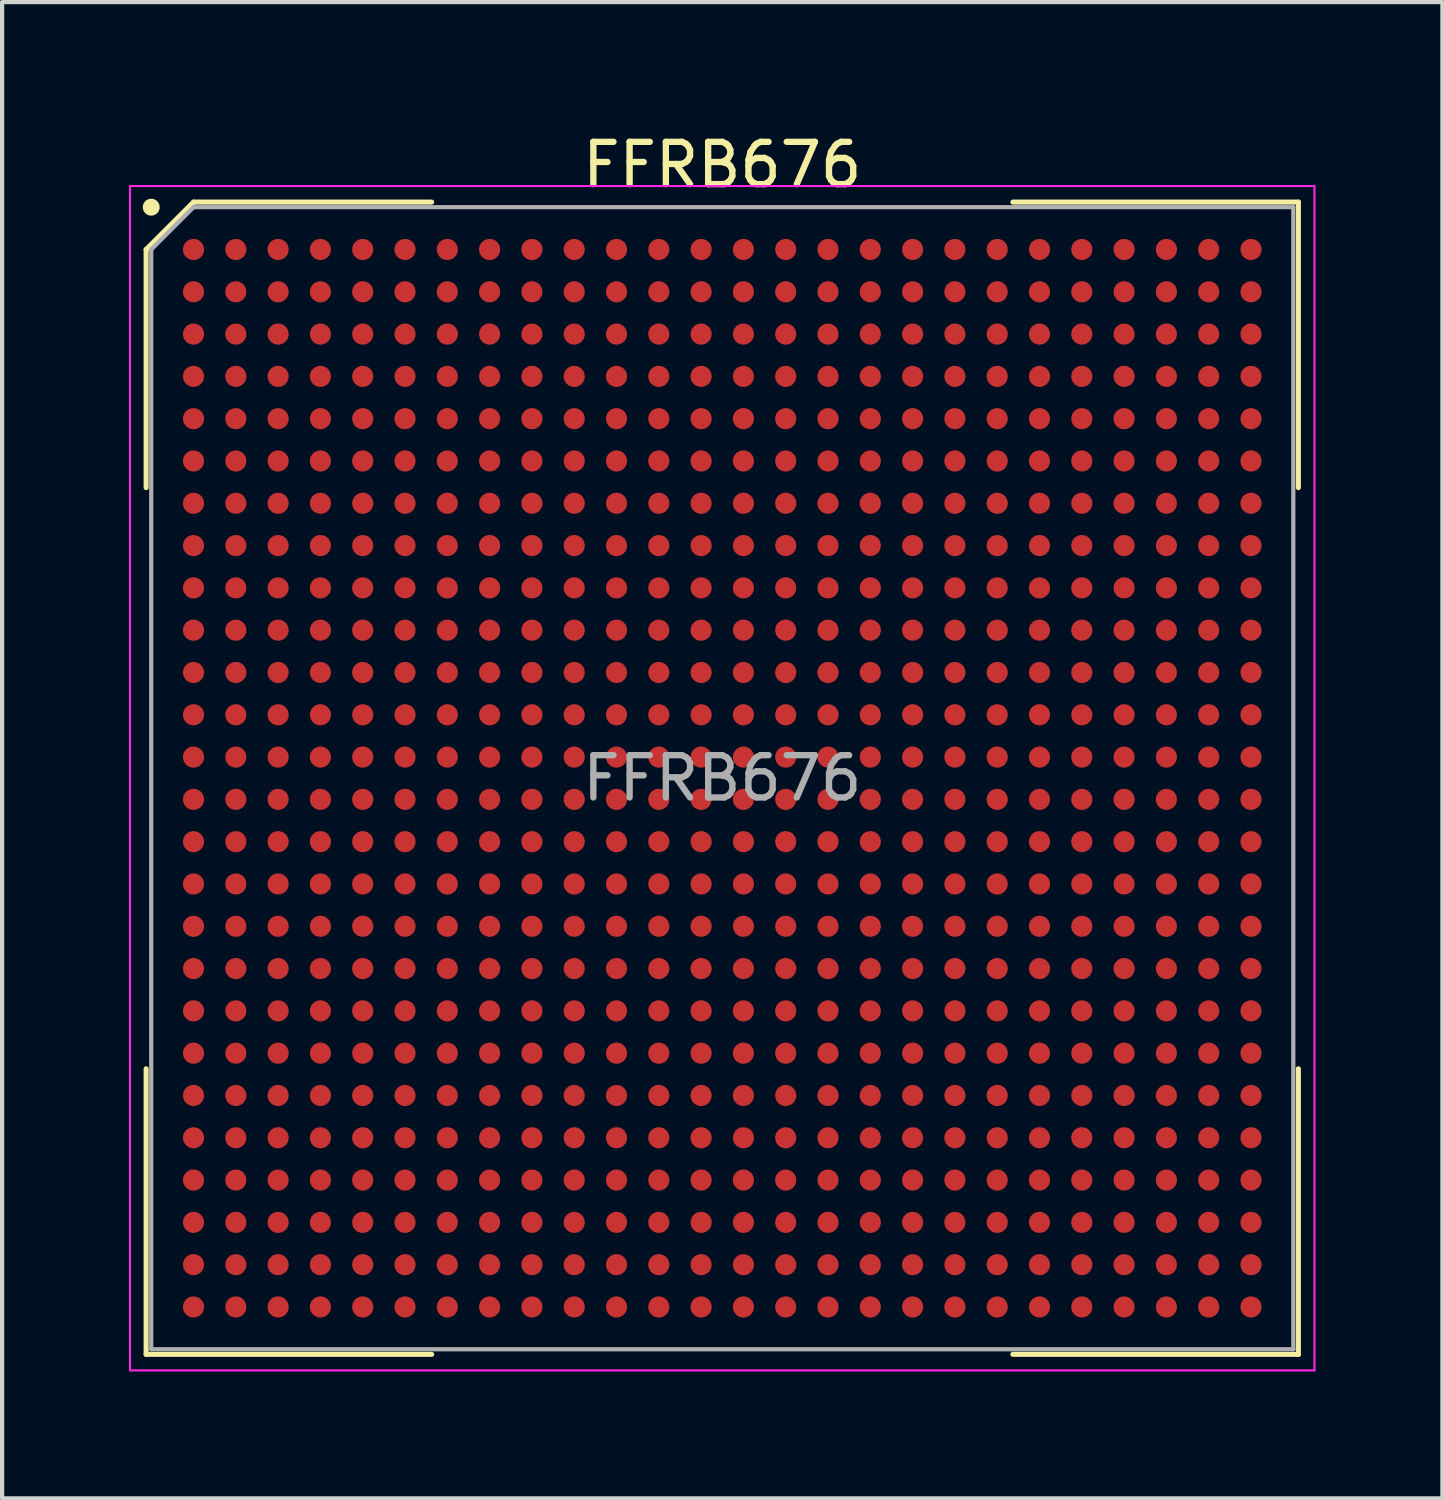
<source format=kicad_pcb>
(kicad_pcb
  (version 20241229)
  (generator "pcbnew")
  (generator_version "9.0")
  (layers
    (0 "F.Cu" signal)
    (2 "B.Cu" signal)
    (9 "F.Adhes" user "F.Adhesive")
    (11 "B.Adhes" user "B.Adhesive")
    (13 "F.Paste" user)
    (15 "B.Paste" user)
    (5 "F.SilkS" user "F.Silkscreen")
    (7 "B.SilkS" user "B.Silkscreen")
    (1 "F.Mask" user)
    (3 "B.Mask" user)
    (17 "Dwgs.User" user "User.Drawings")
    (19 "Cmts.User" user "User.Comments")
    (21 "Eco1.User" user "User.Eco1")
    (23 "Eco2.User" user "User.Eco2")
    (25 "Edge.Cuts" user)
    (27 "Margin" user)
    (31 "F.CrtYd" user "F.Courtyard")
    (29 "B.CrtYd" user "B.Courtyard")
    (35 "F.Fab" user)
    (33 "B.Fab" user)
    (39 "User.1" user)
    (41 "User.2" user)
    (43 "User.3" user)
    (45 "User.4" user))
  (footprint "FFRB676"
    (layer "F.Cu")
    (at 14.025 15.348)
    (property "Reference" "FFRB676" (at 0 -14.5 0) (layer "F.SilkS") (effects (font (size 1 1) (thickness 0.15))))
    (attr smd)
    (fp_line (start -13.62 -12.5) (end -13.62 -6.87) (stroke (width 0.12) (type default)) (layer "F.SilkS"))
    (fp_line (start -13.62 13.62) (end -13.62 6.87) (stroke (width 0.12) (type default)) (layer "F.SilkS"))
    (fp_line (start -12.5 -13.62) (end -13.62 -12.5) (stroke (width 0.12) (type default)) (layer "F.SilkS"))
    (fp_line (start -6.87 -13.62) (end -12.5 -13.62) (stroke (width 0.12) (type default)) (layer "F.SilkS"))
    (fp_line (start -6.87 13.62) (end -13.62 13.62) (stroke (width 0.12) (type default)) (layer "F.SilkS"))
    (fp_line (start 6.87 -13.62) (end 13.62 -13.62) (stroke (width 0.12) (type default)) (layer "F.SilkS"))
    (fp_line (start 6.87 13.62) (end 13.62 13.62) (stroke (width 0.12) (type default)) (layer "F.SilkS"))
    (fp_line (start 13.62 -13.62) (end 13.62 -6.87) (stroke (width 0.12) (type default)) (layer "F.SilkS"))
    (fp_line (start 13.62 13.62) (end 13.62 6.87) (stroke (width 0.12) (type default)) (layer "F.SilkS"))
    (fp_circle (center -13.5 -13.5) (end -13.5 -13.4) (stroke (width 0.2) (type default)) (fill no) (layer "F.SilkS"))
    (fp_line (start -14 -14) (end 14 -14) (stroke (width 0.05) (type default)) (layer "F.CrtYd"))
    (fp_line (start -14 14) (end -14 -14) (stroke (width 0.05) (type default)) (layer "F.CrtYd"))
    (fp_line (start 14 -14) (end 14 14) (stroke (width 0.05) (type default)) (layer "F.CrtYd"))
    (fp_line (start 14 14) (end -14 14) (stroke (width 0.05) (type default)) (layer "F.CrtYd"))
    (fp_line (start -13.5 -12.5) (end -13.5 13.5) (stroke (width 0.1) (type default)) (layer "F.Fab"))
    (fp_line (start -13.5 13.5) (end 13.5 13.5) (stroke (width 0.1) (type default)) (layer "F.Fab"))
    (fp_line (start -12.5 -13.5) (end -13.5 -12.5) (stroke (width 0.1) (type default)) (layer "F.Fab"))
    (fp_line (start 13.5 -13.5) (end -12.5 -13.5) (stroke (width 0.1) (type default)) (layer "F.Fab"))
    (fp_line (start 13.5 13.5) (end 13.5 -13.5) (stroke (width 0.1) (type default)) (layer "F.Fab"))
    (fp_text user "${REFERENCE}" (at 0 0 0) (layer "F.Fab") (effects (font (size 1 1) (thickness 0.15))))
    (pad "A1" smd circle (at -12.5 -12.5) (size 0.5 0.5) (layers "F.Cu" "F.Mask" "F.Paste"))
    (pad "A2" smd circle (at -11.5 -12.5) (size 0.5 0.5) (layers "F.Cu" "F.Mask" "F.Paste"))
    (pad "A3" smd circle (at -10.5 -12.5) (size 0.5 0.5) (layers "F.Cu" "F.Mask" "F.Paste"))
    (pad "A4" smd circle (at -9.5 -12.5) (size 0.5 0.5) (layers "F.Cu" "F.Mask" "F.Paste"))
    (pad "A5" smd circle (at -8.5 -12.5) (size 0.5 0.5) (layers "F.Cu" "F.Mask" "F.Paste"))
    (pad "A6" smd circle (at -7.5 -12.5) (size 0.5 0.5) (layers "F.Cu" "F.Mask" "F.Paste"))
    (pad "A7" smd circle (at -6.5 -12.5) (size 0.5 0.5) (layers "F.Cu" "F.Mask" "F.Paste"))
    (pad "A8" smd circle (at -5.5 -12.5) (size 0.5 0.5) (layers "F.Cu" "F.Mask" "F.Paste"))
    (pad "A9" smd circle (at -4.5 -12.5) (size 0.5 0.5) (layers "F.Cu" "F.Mask" "F.Paste"))
    (pad "A10" smd circle (at -3.5 -12.5) (size 0.5 0.5) (layers "F.Cu" "F.Mask" "F.Paste"))
    (pad "A11" smd circle (at -2.5 -12.5) (size 0.5 0.5) (layers "F.Cu" "F.Mask" "F.Paste"))
    (pad "A12" smd circle (at -1.5 -12.5) (size 0.5 0.5) (layers "F.Cu" "F.Mask" "F.Paste"))
    (pad "A13" smd circle (at -0.5 -12.5) (size 0.5 0.5) (layers "F.Cu" "F.Mask" "F.Paste"))
    (pad "A14" smd circle (at 0.5 -12.5) (size 0.5 0.5) (layers "F.Cu" "F.Mask" "F.Paste"))
    (pad "A15" smd circle (at 1.5 -12.5) (size 0.5 0.5) (layers "F.Cu" "F.Mask" "F.Paste"))
    (pad "A16" smd circle (at 2.5 -12.5) (size 0.5 0.5) (layers "F.Cu" "F.Mask" "F.Paste"))
    (pad "A17" smd circle (at 3.5 -12.5) (size 0.5 0.5) (layers "F.Cu" "F.Mask" "F.Paste"))
    (pad "A18" smd circle (at 4.5 -12.5) (size 0.5 0.5) (layers "F.Cu" "F.Mask" "F.Paste"))
    (pad "A19" smd circle (at 5.5 -12.5) (size 0.5 0.5) (layers "F.Cu" "F.Mask" "F.Paste"))
    (pad "A20" smd circle (at 6.5 -12.5) (size 0.5 0.5) (layers "F.Cu" "F.Mask" "F.Paste"))
    (pad "A21" smd circle (at 7.5 -12.5) (size 0.5 0.5) (layers "F.Cu" "F.Mask" "F.Paste"))
    (pad "A22" smd circle (at 8.5 -12.5) (size 0.5 0.5) (layers "F.Cu" "F.Mask" "F.Paste"))
    (pad "A23" smd circle (at 9.5 -12.5) (size 0.5 0.5) (layers "F.Cu" "F.Mask" "F.Paste"))
    (pad "A24" smd circle (at 10.5 -12.5) (size 0.5 0.5) (layers "F.Cu" "F.Mask" "F.Paste"))
    (pad "A25" smd circle (at 11.5 -12.5) (size 0.5 0.5) (layers "F.Cu" "F.Mask" "F.Paste"))
    (pad "A26" smd circle (at 12.5 -12.5) (size 0.5 0.5) (layers "F.Cu" "F.Mask" "F.Paste"))
    (pad "AA1" smd circle (at -12.5 7.5) (size 0.5 0.5) (layers "F.Cu" "F.Mask" "F.Paste"))
    (pad "AA2" smd circle (at -11.5 7.5) (size 0.5 0.5) (layers "F.Cu" "F.Mask" "F.Paste"))
    (pad "AA3" smd circle (at -10.5 7.5) (size 0.5 0.5) (layers "F.Cu" "F.Mask" "F.Paste"))
    (pad "AA4" smd circle (at -9.5 7.5) (size 0.5 0.5) (layers "F.Cu" "F.Mask" "F.Paste"))
    (pad "AA5" smd circle (at -8.5 7.5) (size 0.5 0.5) (layers "F.Cu" "F.Mask" "F.Paste"))
    (pad "AA6" smd circle (at -7.5 7.5) (size 0.5 0.5) (layers "F.Cu" "F.Mask" "F.Paste"))
    (pad "AA7" smd circle (at -6.5 7.5) (size 0.5 0.5) (layers "F.Cu" "F.Mask" "F.Paste"))
    (pad "AA8" smd circle (at -5.5 7.5) (size 0.5 0.5) (layers "F.Cu" "F.Mask" "F.Paste"))
    (pad "AA9" smd circle (at -4.5 7.5) (size 0.5 0.5) (layers "F.Cu" "F.Mask" "F.Paste"))
    (pad "AA10" smd circle (at -3.5 7.5) (size 0.5 0.5) (layers "F.Cu" "F.Mask" "F.Paste"))
    (pad "AA11" smd circle (at -2.5 7.5) (size 0.5 0.5) (layers "F.Cu" "F.Mask" "F.Paste"))
    (pad "AA12" smd circle (at -1.5 7.5) (size 0.5 0.5) (layers "F.Cu" "F.Mask" "F.Paste"))
    (pad "AA13" smd circle (at -0.5 7.5) (size 0.5 0.5) (layers "F.Cu" "F.Mask" "F.Paste"))
    (pad "AA14" smd circle (at 0.5 7.5) (size 0.5 0.5) (layers "F.Cu" "F.Mask" "F.Paste"))
    (pad "AA15" smd circle (at 1.5 7.5) (size 0.5 0.5) (layers "F.Cu" "F.Mask" "F.Paste"))
    (pad "AA16" smd circle (at 2.5 7.5) (size 0.5 0.5) (layers "F.Cu" "F.Mask" "F.Paste"))
    (pad "AA17" smd circle (at 3.5 7.5) (size 0.5 0.5) (layers "F.Cu" "F.Mask" "F.Paste"))
    (pad "AA18" smd circle (at 4.5 7.5) (size 0.5 0.5) (layers "F.Cu" "F.Mask" "F.Paste"))
    (pad "AA19" smd circle (at 5.5 7.5) (size 0.5 0.5) (layers "F.Cu" "F.Mask" "F.Paste"))
    (pad "AA20" smd circle (at 6.5 7.5) (size 0.5 0.5) (layers "F.Cu" "F.Mask" "F.Paste"))
    (pad "AA21" smd circle (at 7.5 7.5) (size 0.5 0.5) (layers "F.Cu" "F.Mask" "F.Paste"))
    (pad "AA22" smd circle (at 8.5 7.5) (size 0.5 0.5) (layers "F.Cu" "F.Mask" "F.Paste"))
    (pad "AA23" smd circle (at 9.5 7.5) (size 0.5 0.5) (layers "F.Cu" "F.Mask" "F.Paste"))
    (pad "AA24" smd circle (at 10.5 7.5) (size 0.5 0.5) (layers "F.Cu" "F.Mask" "F.Paste"))
    (pad "AA25" smd circle (at 11.5 7.5) (size 0.5 0.5) (layers "F.Cu" "F.Mask" "F.Paste"))
    (pad "AA26" smd circle (at 12.5 7.5) (size 0.5 0.5) (layers "F.Cu" "F.Mask" "F.Paste"))
    (pad "AB1" smd circle (at -12.5 8.5) (size 0.5 0.5) (layers "F.Cu" "F.Mask" "F.Paste"))
    (pad "AB2" smd circle (at -11.5 8.5) (size 0.5 0.5) (layers "F.Cu" "F.Mask" "F.Paste"))
    (pad "AB3" smd circle (at -10.5 8.5) (size 0.5 0.5) (layers "F.Cu" "F.Mask" "F.Paste"))
    (pad "AB4" smd circle (at -9.5 8.5) (size 0.5 0.5) (layers "F.Cu" "F.Mask" "F.Paste"))
    (pad "AB5" smd circle (at -8.5 8.5) (size 0.5 0.5) (layers "F.Cu" "F.Mask" "F.Paste"))
    (pad "AB6" smd circle (at -7.5 8.5) (size 0.5 0.5) (layers "F.Cu" "F.Mask" "F.Paste"))
    (pad "AB7" smd circle (at -6.5 8.5) (size 0.5 0.5) (layers "F.Cu" "F.Mask" "F.Paste"))
    (pad "AB8" smd circle (at -5.5 8.5) (size 0.5 0.5) (layers "F.Cu" "F.Mask" "F.Paste"))
    (pad "AB9" smd circle (at -4.5 8.5) (size 0.5 0.5) (layers "F.Cu" "F.Mask" "F.Paste"))
    (pad "AB10" smd circle (at -3.5 8.5) (size 0.5 0.5) (layers "F.Cu" "F.Mask" "F.Paste"))
    (pad "AB11" smd circle (at -2.5 8.5) (size 0.5 0.5) (layers "F.Cu" "F.Mask" "F.Paste"))
    (pad "AB12" smd circle (at -1.5 8.5) (size 0.5 0.5) (layers "F.Cu" "F.Mask" "F.Paste"))
    (pad "AB13" smd circle (at -0.5 8.5) (size 0.5 0.5) (layers "F.Cu" "F.Mask" "F.Paste"))
    (pad "AB14" smd circle (at 0.5 8.5) (size 0.5 0.5) (layers "F.Cu" "F.Mask" "F.Paste"))
    (pad "AB15" smd circle (at 1.5 8.5) (size 0.5 0.5) (layers "F.Cu" "F.Mask" "F.Paste"))
    (pad "AB16" smd circle (at 2.5 8.5) (size 0.5 0.5) (layers "F.Cu" "F.Mask" "F.Paste"))
    (pad "AB17" smd circle (at 3.5 8.5) (size 0.5 0.5) (layers "F.Cu" "F.Mask" "F.Paste"))
    (pad "AB18" smd circle (at 4.5 8.5) (size 0.5 0.5) (layers "F.Cu" "F.Mask" "F.Paste"))
    (pad "AB19" smd circle (at 5.5 8.5) (size 0.5 0.5) (layers "F.Cu" "F.Mask" "F.Paste"))
    (pad "AB20" smd circle (at 6.5 8.5) (size 0.5 0.5) (layers "F.Cu" "F.Mask" "F.Paste"))
    (pad "AB21" smd circle (at 7.5 8.5) (size 0.5 0.5) (layers "F.Cu" "F.Mask" "F.Paste"))
    (pad "AB22" smd circle (at 8.5 8.5) (size 0.5 0.5) (layers "F.Cu" "F.Mask" "F.Paste"))
    (pad "AB23" smd circle (at 9.5 8.5) (size 0.5 0.5) (layers "F.Cu" "F.Mask" "F.Paste"))
    (pad "AB24" smd circle (at 10.5 8.5) (size 0.5 0.5) (layers "F.Cu" "F.Mask" "F.Paste"))
    (pad "AB25" smd circle (at 11.5 8.5) (size 0.5 0.5) (layers "F.Cu" "F.Mask" "F.Paste"))
    (pad "AB26" smd circle (at 12.5 8.5) (size 0.5 0.5) (layers "F.Cu" "F.Mask" "F.Paste"))
    (pad "AC1" smd circle (at -12.5 9.5) (size 0.5 0.5) (layers "F.Cu" "F.Mask" "F.Paste"))
    (pad "AC2" smd circle (at -11.5 9.5) (size 0.5 0.5) (layers "F.Cu" "F.Mask" "F.Paste"))
    (pad "AC3" smd circle (at -10.5 9.5) (size 0.5 0.5) (layers "F.Cu" "F.Mask" "F.Paste"))
    (pad "AC4" smd circle (at -9.5 9.5) (size 0.5 0.5) (layers "F.Cu" "F.Mask" "F.Paste"))
    (pad "AC5" smd circle (at -8.5 9.5) (size 0.5 0.5) (layers "F.Cu" "F.Mask" "F.Paste"))
    (pad "AC6" smd circle (at -7.5 9.5) (size 0.5 0.5) (layers "F.Cu" "F.Mask" "F.Paste"))
    (pad "AC7" smd circle (at -6.5 9.5) (size 0.5 0.5) (layers "F.Cu" "F.Mask" "F.Paste"))
    (pad "AC8" smd circle (at -5.5 9.5) (size 0.5 0.5) (layers "F.Cu" "F.Mask" "F.Paste"))
    (pad "AC9" smd circle (at -4.5 9.5) (size 0.5 0.5) (layers "F.Cu" "F.Mask" "F.Paste"))
    (pad "AC10" smd circle (at -3.5 9.5) (size 0.5 0.5) (layers "F.Cu" "F.Mask" "F.Paste"))
    (pad "AC11" smd circle (at -2.5 9.5) (size 0.5 0.5) (layers "F.Cu" "F.Mask" "F.Paste"))
    (pad "AC12" smd circle (at -1.5 9.5) (size 0.5 0.5) (layers "F.Cu" "F.Mask" "F.Paste"))
    (pad "AC13" smd circle (at -0.5 9.5) (size 0.5 0.5) (layers "F.Cu" "F.Mask" "F.Paste"))
    (pad "AC14" smd circle (at 0.5 9.5) (size 0.5 0.5) (layers "F.Cu" "F.Mask" "F.Paste"))
    (pad "AC15" smd circle (at 1.5 9.5) (size 0.5 0.5) (layers "F.Cu" "F.Mask" "F.Paste"))
    (pad "AC16" smd circle (at 2.5 9.5) (size 0.5 0.5) (layers "F.Cu" "F.Mask" "F.Paste"))
    (pad "AC17" smd circle (at 3.5 9.5) (size 0.5 0.5) (layers "F.Cu" "F.Mask" "F.Paste"))
    (pad "AC18" smd circle (at 4.5 9.5) (size 0.5 0.5) (layers "F.Cu" "F.Mask" "F.Paste"))
    (pad "AC19" smd circle (at 5.5 9.5) (size 0.5 0.5) (layers "F.Cu" "F.Mask" "F.Paste"))
    (pad "AC20" smd circle (at 6.5 9.5) (size 0.5 0.5) (layers "F.Cu" "F.Mask" "F.Paste"))
    (pad "AC21" smd circle (at 7.5 9.5) (size 0.5 0.5) (layers "F.Cu" "F.Mask" "F.Paste"))
    (pad "AC22" smd circle (at 8.5 9.5) (size 0.5 0.5) (layers "F.Cu" "F.Mask" "F.Paste"))
    (pad "AC23" smd circle (at 9.5 9.5) (size 0.5 0.5) (layers "F.Cu" "F.Mask" "F.Paste"))
    (pad "AC24" smd circle (at 10.5 9.5) (size 0.5 0.5) (layers "F.Cu" "F.Mask" "F.Paste"))
    (pad "AC25" smd circle (at 11.5 9.5) (size 0.5 0.5) (layers "F.Cu" "F.Mask" "F.Paste"))
    (pad "AC26" smd circle (at 12.5 9.5) (size 0.5 0.5) (layers "F.Cu" "F.Mask" "F.Paste"))
    (pad "AD1" smd circle (at -12.5 10.5) (size 0.5 0.5) (layers "F.Cu" "F.Mask" "F.Paste"))
    (pad "AD2" smd circle (at -11.5 10.5) (size 0.5 0.5) (layers "F.Cu" "F.Mask" "F.Paste"))
    (pad "AD3" smd circle (at -10.5 10.5) (size 0.5 0.5) (layers "F.Cu" "F.Mask" "F.Paste"))
    (pad "AD4" smd circle (at -9.5 10.5) (size 0.5 0.5) (layers "F.Cu" "F.Mask" "F.Paste"))
    (pad "AD5" smd circle (at -8.5 10.5) (size 0.5 0.5) (layers "F.Cu" "F.Mask" "F.Paste"))
    (pad "AD6" smd circle (at -7.5 10.5) (size 0.5 0.5) (layers "F.Cu" "F.Mask" "F.Paste"))
    (pad "AD7" smd circle (at -6.5 10.5) (size 0.5 0.5) (layers "F.Cu" "F.Mask" "F.Paste"))
    (pad "AD8" smd circle (at -5.5 10.5) (size 0.5 0.5) (layers "F.Cu" "F.Mask" "F.Paste"))
    (pad "AD9" smd circle (at -4.5 10.5) (size 0.5 0.5) (layers "F.Cu" "F.Mask" "F.Paste"))
    (pad "AD10" smd circle (at -3.5 10.5) (size 0.5 0.5) (layers "F.Cu" "F.Mask" "F.Paste"))
    (pad "AD11" smd circle (at -2.5 10.5) (size 0.5 0.5) (layers "F.Cu" "F.Mask" "F.Paste"))
    (pad "AD12" smd circle (at -1.5 10.5) (size 0.5 0.5) (layers "F.Cu" "F.Mask" "F.Paste"))
    (pad "AD13" smd circle (at -0.5 10.5) (size 0.5 0.5) (layers "F.Cu" "F.Mask" "F.Paste"))
    (pad "AD14" smd circle (at 0.5 10.5) (size 0.5 0.5) (layers "F.Cu" "F.Mask" "F.Paste"))
    (pad "AD15" smd circle (at 1.5 10.5) (size 0.5 0.5) (layers "F.Cu" "F.Mask" "F.Paste"))
    (pad "AD16" smd circle (at 2.5 10.5) (size 0.5 0.5) (layers "F.Cu" "F.Mask" "F.Paste"))
    (pad "AD17" smd circle (at 3.5 10.5) (size 0.5 0.5) (layers "F.Cu" "F.Mask" "F.Paste"))
    (pad "AD18" smd circle (at 4.5 10.5) (size 0.5 0.5) (layers "F.Cu" "F.Mask" "F.Paste"))
    (pad "AD19" smd circle (at 5.5 10.5) (size 0.5 0.5) (layers "F.Cu" "F.Mask" "F.Paste"))
    (pad "AD20" smd circle (at 6.5 10.5) (size 0.5 0.5) (layers "F.Cu" "F.Mask" "F.Paste"))
    (pad "AD21" smd circle (at 7.5 10.5) (size 0.5 0.5) (layers "F.Cu" "F.Mask" "F.Paste"))
    (pad "AD22" smd circle (at 8.5 10.5) (size 0.5 0.5) (layers "F.Cu" "F.Mask" "F.Paste"))
    (pad "AD23" smd circle (at 9.5 10.5) (size 0.5 0.5) (layers "F.Cu" "F.Mask" "F.Paste"))
    (pad "AD24" smd circle (at 10.5 10.5) (size 0.5 0.5) (layers "F.Cu" "F.Mask" "F.Paste"))
    (pad "AD25" smd circle (at 11.5 10.5) (size 0.5 0.5) (layers "F.Cu" "F.Mask" "F.Paste"))
    (pad "AD26" smd circle (at 12.5 10.5) (size 0.5 0.5) (layers "F.Cu" "F.Mask" "F.Paste"))
    (pad "AE1" smd circle (at -12.5 11.5) (size 0.5 0.5) (layers "F.Cu" "F.Mask" "F.Paste"))
    (pad "AE2" smd circle (at -11.5 11.5) (size 0.5 0.5) (layers "F.Cu" "F.Mask" "F.Paste"))
    (pad "AE3" smd circle (at -10.5 11.5) (size 0.5 0.5) (layers "F.Cu" "F.Mask" "F.Paste"))
    (pad "AE4" smd circle (at -9.5 11.5) (size 0.5 0.5) (layers "F.Cu" "F.Mask" "F.Paste"))
    (pad "AE5" smd circle (at -8.5 11.5) (size 0.5 0.5) (layers "F.Cu" "F.Mask" "F.Paste"))
    (pad "AE6" smd circle (at -7.5 11.5) (size 0.5 0.5) (layers "F.Cu" "F.Mask" "F.Paste"))
    (pad "AE7" smd circle (at -6.5 11.5) (size 0.5 0.5) (layers "F.Cu" "F.Mask" "F.Paste"))
    (pad "AE8" smd circle (at -5.5 11.5) (size 0.5 0.5) (layers "F.Cu" "F.Mask" "F.Paste"))
    (pad "AE9" smd circle (at -4.5 11.5) (size 0.5 0.5) (layers "F.Cu" "F.Mask" "F.Paste"))
    (pad "AE10" smd circle (at -3.5 11.5) (size 0.5 0.5) (layers "F.Cu" "F.Mask" "F.Paste"))
    (pad "AE11" smd circle (at -2.5 11.5) (size 0.5 0.5) (layers "F.Cu" "F.Mask" "F.Paste"))
    (pad "AE12" smd circle (at -1.5 11.5) (size 0.5 0.5) (layers "F.Cu" "F.Mask" "F.Paste"))
    (pad "AE13" smd circle (at -0.5 11.5) (size 0.5 0.5) (layers "F.Cu" "F.Mask" "F.Paste"))
    (pad "AE14" smd circle (at 0.5 11.5) (size 0.5 0.5) (layers "F.Cu" "F.Mask" "F.Paste"))
    (pad "AE15" smd circle (at 1.5 11.5) (size 0.5 0.5) (layers "F.Cu" "F.Mask" "F.Paste"))
    (pad "AE16" smd circle (at 2.5 11.5) (size 0.5 0.5) (layers "F.Cu" "F.Mask" "F.Paste"))
    (pad "AE17" smd circle (at 3.5 11.5) (size 0.5 0.5) (layers "F.Cu" "F.Mask" "F.Paste"))
    (pad "AE18" smd circle (at 4.5 11.5) (size 0.5 0.5) (layers "F.Cu" "F.Mask" "F.Paste"))
    (pad "AE19" smd circle (at 5.5 11.5) (size 0.5 0.5) (layers "F.Cu" "F.Mask" "F.Paste"))
    (pad "AE20" smd circle (at 6.5 11.5) (size 0.5 0.5) (layers "F.Cu" "F.Mask" "F.Paste"))
    (pad "AE21" smd circle (at 7.5 11.5) (size 0.5 0.5) (layers "F.Cu" "F.Mask" "F.Paste"))
    (pad "AE22" smd circle (at 8.5 11.5) (size 0.5 0.5) (layers "F.Cu" "F.Mask" "F.Paste"))
    (pad "AE23" smd circle (at 9.5 11.5) (size 0.5 0.5) (layers "F.Cu" "F.Mask" "F.Paste"))
    (pad "AE24" smd circle (at 10.5 11.5) (size 0.5 0.5) (layers "F.Cu" "F.Mask" "F.Paste"))
    (pad "AE25" smd circle (at 11.5 11.5) (size 0.5 0.5) (layers "F.Cu" "F.Mask" "F.Paste"))
    (pad "AE26" smd circle (at 12.5 11.5) (size 0.5 0.5) (layers "F.Cu" "F.Mask" "F.Paste"))
    (pad "AF1" smd circle (at -12.5 12.5) (size 0.5 0.5) (layers "F.Cu" "F.Mask" "F.Paste"))
    (pad "AF2" smd circle (at -11.5 12.5) (size 0.5 0.5) (layers "F.Cu" "F.Mask" "F.Paste"))
    (pad "AF3" smd circle (at -10.5 12.5) (size 0.5 0.5) (layers "F.Cu" "F.Mask" "F.Paste"))
    (pad "AF4" smd circle (at -9.5 12.5) (size 0.5 0.5) (layers "F.Cu" "F.Mask" "F.Paste"))
    (pad "AF5" smd circle (at -8.5 12.5) (size 0.5 0.5) (layers "F.Cu" "F.Mask" "F.Paste"))
    (pad "AF6" smd circle (at -7.5 12.5) (size 0.5 0.5) (layers "F.Cu" "F.Mask" "F.Paste"))
    (pad "AF7" smd circle (at -6.5 12.5) (size 0.5 0.5) (layers "F.Cu" "F.Mask" "F.Paste"))
    (pad "AF8" smd circle (at -5.5 12.5) (size 0.5 0.5) (layers "F.Cu" "F.Mask" "F.Paste"))
    (pad "AF9" smd circle (at -4.5 12.5) (size 0.5 0.5) (layers "F.Cu" "F.Mask" "F.Paste"))
    (pad "AF10" smd circle (at -3.5 12.5) (size 0.5 0.5) (layers "F.Cu" "F.Mask" "F.Paste"))
    (pad "AF11" smd circle (at -2.5 12.5) (size 0.5 0.5) (layers "F.Cu" "F.Mask" "F.Paste"))
    (pad "AF12" smd circle (at -1.5 12.5) (size 0.5 0.5) (layers "F.Cu" "F.Mask" "F.Paste"))
    (pad "AF13" smd circle (at -0.5 12.5) (size 0.5 0.5) (layers "F.Cu" "F.Mask" "F.Paste"))
    (pad "AF14" smd circle (at 0.5 12.5) (size 0.5 0.5) (layers "F.Cu" "F.Mask" "F.Paste"))
    (pad "AF15" smd circle (at 1.5 12.5) (size 0.5 0.5) (layers "F.Cu" "F.Mask" "F.Paste"))
    (pad "AF16" smd circle (at 2.5 12.5) (size 0.5 0.5) (layers "F.Cu" "F.Mask" "F.Paste"))
    (pad "AF17" smd circle (at 3.5 12.5) (size 0.5 0.5) (layers "F.Cu" "F.Mask" "F.Paste"))
    (pad "AF18" smd circle (at 4.5 12.5) (size 0.5 0.5) (layers "F.Cu" "F.Mask" "F.Paste"))
    (pad "AF19" smd circle (at 5.5 12.5) (size 0.5 0.5) (layers "F.Cu" "F.Mask" "F.Paste"))
    (pad "AF20" smd circle (at 6.5 12.5) (size 0.5 0.5) (layers "F.Cu" "F.Mask" "F.Paste"))
    (pad "AF21" smd circle (at 7.5 12.5) (size 0.5 0.5) (layers "F.Cu" "F.Mask" "F.Paste"))
    (pad "AF22" smd circle (at 8.5 12.5) (size 0.5 0.5) (layers "F.Cu" "F.Mask" "F.Paste"))
    (pad "AF23" smd circle (at 9.5 12.5) (size 0.5 0.5) (layers "F.Cu" "F.Mask" "F.Paste"))
    (pad "AF24" smd circle (at 10.5 12.5) (size 0.5 0.5) (layers "F.Cu" "F.Mask" "F.Paste"))
    (pad "AF25" smd circle (at 11.5 12.5) (size 0.5 0.5) (layers "F.Cu" "F.Mask" "F.Paste"))
    (pad "AF26" smd circle (at 12.5 12.5) (size 0.5 0.5) (layers "F.Cu" "F.Mask" "F.Paste"))
    (pad "B1" smd circle (at -12.5 -11.5) (size 0.5 0.5) (layers "F.Cu" "F.Mask" "F.Paste"))
    (pad "B2" smd circle (at -11.5 -11.5) (size 0.5 0.5) (layers "F.Cu" "F.Mask" "F.Paste"))
    (pad "B3" smd circle (at -10.5 -11.5) (size 0.5 0.5) (layers "F.Cu" "F.Mask" "F.Paste"))
    (pad "B4" smd circle (at -9.5 -11.5) (size 0.5 0.5) (layers "F.Cu" "F.Mask" "F.Paste"))
    (pad "B5" smd circle (at -8.5 -11.5) (size 0.5 0.5) (layers "F.Cu" "F.Mask" "F.Paste"))
    (pad "B6" smd circle (at -7.5 -11.5) (size 0.5 0.5) (layers "F.Cu" "F.Mask" "F.Paste"))
    (pad "B7" smd circle (at -6.5 -11.5) (size 0.5 0.5) (layers "F.Cu" "F.Mask" "F.Paste"))
    (pad "B8" smd circle (at -5.5 -11.5) (size 0.5 0.5) (layers "F.Cu" "F.Mask" "F.Paste"))
    (pad "B9" smd circle (at -4.5 -11.5) (size 0.5 0.5) (layers "F.Cu" "F.Mask" "F.Paste"))
    (pad "B10" smd circle (at -3.5 -11.5) (size 0.5 0.5) (layers "F.Cu" "F.Mask" "F.Paste"))
    (pad "B11" smd circle (at -2.5 -11.5) (size 0.5 0.5) (layers "F.Cu" "F.Mask" "F.Paste"))
    (pad "B12" smd circle (at -1.5 -11.5) (size 0.5 0.5) (layers "F.Cu" "F.Mask" "F.Paste"))
    (pad "B13" smd circle (at -0.5 -11.5) (size 0.5 0.5) (layers "F.Cu" "F.Mask" "F.Paste"))
    (pad "B14" smd circle (at 0.5 -11.5) (size 0.5 0.5) (layers "F.Cu" "F.Mask" "F.Paste"))
    (pad "B15" smd circle (at 1.5 -11.5) (size 0.5 0.5) (layers "F.Cu" "F.Mask" "F.Paste"))
    (pad "B16" smd circle (at 2.5 -11.5) (size 0.5 0.5) (layers "F.Cu" "F.Mask" "F.Paste"))
    (pad "B17" smd circle (at 3.5 -11.5) (size 0.5 0.5) (layers "F.Cu" "F.Mask" "F.Paste"))
    (pad "B18" smd circle (at 4.5 -11.5) (size 0.5 0.5) (layers "F.Cu" "F.Mask" "F.Paste"))
    (pad "B19" smd circle (at 5.5 -11.5) (size 0.5 0.5) (layers "F.Cu" "F.Mask" "F.Paste"))
    (pad "B20" smd circle (at 6.5 -11.5) (size 0.5 0.5) (layers "F.Cu" "F.Mask" "F.Paste"))
    (pad "B21" smd circle (at 7.5 -11.5) (size 0.5 0.5) (layers "F.Cu" "F.Mask" "F.Paste"))
    (pad "B22" smd circle (at 8.5 -11.5) (size 0.5 0.5) (layers "F.Cu" "F.Mask" "F.Paste"))
    (pad "B23" smd circle (at 9.5 -11.5) (size 0.5 0.5) (layers "F.Cu" "F.Mask" "F.Paste"))
    (pad "B24" smd circle (at 10.5 -11.5) (size 0.5 0.5) (layers "F.Cu" "F.Mask" "F.Paste"))
    (pad "B25" smd circle (at 11.5 -11.5) (size 0.5 0.5) (layers "F.Cu" "F.Mask" "F.Paste"))
    (pad "B26" smd circle (at 12.5 -11.5) (size 0.5 0.5) (layers "F.Cu" "F.Mask" "F.Paste"))
    (pad "C1" smd circle (at -12.5 -10.5) (size 0.5 0.5) (layers "F.Cu" "F.Mask" "F.Paste"))
    (pad "C2" smd circle (at -11.5 -10.5) (size 0.5 0.5) (layers "F.Cu" "F.Mask" "F.Paste"))
    (pad "C3" smd circle (at -10.5 -10.5) (size 0.5 0.5) (layers "F.Cu" "F.Mask" "F.Paste"))
    (pad "C4" smd circle (at -9.5 -10.5) (size 0.5 0.5) (layers "F.Cu" "F.Mask" "F.Paste"))
    (pad "C5" smd circle (at -8.5 -10.5) (size 0.5 0.5) (layers "F.Cu" "F.Mask" "F.Paste"))
    (pad "C6" smd circle (at -7.5 -10.5) (size 0.5 0.5) (layers "F.Cu" "F.Mask" "F.Paste"))
    (pad "C7" smd circle (at -6.5 -10.5) (size 0.5 0.5) (layers "F.Cu" "F.Mask" "F.Paste"))
    (pad "C8" smd circle (at -5.5 -10.5) (size 0.5 0.5) (layers "F.Cu" "F.Mask" "F.Paste"))
    (pad "C9" smd circle (at -4.5 -10.5) (size 0.5 0.5) (layers "F.Cu" "F.Mask" "F.Paste"))
    (pad "C10" smd circle (at -3.5 -10.5) (size 0.5 0.5) (layers "F.Cu" "F.Mask" "F.Paste"))
    (pad "C11" smd circle (at -2.5 -10.5) (size 0.5 0.5) (layers "F.Cu" "F.Mask" "F.Paste"))
    (pad "C12" smd circle (at -1.5 -10.5) (size 0.5 0.5) (layers "F.Cu" "F.Mask" "F.Paste"))
    (pad "C13" smd circle (at -0.5 -10.5) (size 0.5 0.5) (layers "F.Cu" "F.Mask" "F.Paste"))
    (pad "C14" smd circle (at 0.5 -10.5) (size 0.5 0.5) (layers "F.Cu" "F.Mask" "F.Paste"))
    (pad "C15" smd circle (at 1.5 -10.5) (size 0.5 0.5) (layers "F.Cu" "F.Mask" "F.Paste"))
    (pad "C16" smd circle (at 2.5 -10.5) (size 0.5 0.5) (layers "F.Cu" "F.Mask" "F.Paste"))
    (pad "C17" smd circle (at 3.5 -10.5) (size 0.5 0.5) (layers "F.Cu" "F.Mask" "F.Paste"))
    (pad "C18" smd circle (at 4.5 -10.5) (size 0.5 0.5) (layers "F.Cu" "F.Mask" "F.Paste"))
    (pad "C19" smd circle (at 5.5 -10.5) (size 0.5 0.5) (layers "F.Cu" "F.Mask" "F.Paste"))
    (pad "C20" smd circle (at 6.5 -10.5) (size 0.5 0.5) (layers "F.Cu" "F.Mask" "F.Paste"))
    (pad "C21" smd circle (at 7.5 -10.5) (size 0.5 0.5) (layers "F.Cu" "F.Mask" "F.Paste"))
    (pad "C22" smd circle (at 8.5 -10.5) (size 0.5 0.5) (layers "F.Cu" "F.Mask" "F.Paste"))
    (pad "C23" smd circle (at 9.5 -10.5) (size 0.5 0.5) (layers "F.Cu" "F.Mask" "F.Paste"))
    (pad "C24" smd circle (at 10.5 -10.5) (size 0.5 0.5) (layers "F.Cu" "F.Mask" "F.Paste"))
    (pad "C25" smd circle (at 11.5 -10.5) (size 0.5 0.5) (layers "F.Cu" "F.Mask" "F.Paste"))
    (pad "C26" smd circle (at 12.5 -10.5) (size 0.5 0.5) (layers "F.Cu" "F.Mask" "F.Paste"))
    (pad "D1" smd circle (at -12.5 -9.5) (size 0.5 0.5) (layers "F.Cu" "F.Mask" "F.Paste"))
    (pad "D2" smd circle (at -11.5 -9.5) (size 0.5 0.5) (layers "F.Cu" "F.Mask" "F.Paste"))
    (pad "D3" smd circle (at -10.5 -9.5) (size 0.5 0.5) (layers "F.Cu" "F.Mask" "F.Paste"))
    (pad "D4" smd circle (at -9.5 -9.5) (size 0.5 0.5) (layers "F.Cu" "F.Mask" "F.Paste"))
    (pad "D5" smd circle (at -8.5 -9.5) (size 0.5 0.5) (layers "F.Cu" "F.Mask" "F.Paste"))
    (pad "D6" smd circle (at -7.5 -9.5) (size 0.5 0.5) (layers "F.Cu" "F.Mask" "F.Paste"))
    (pad "D7" smd circle (at -6.5 -9.5) (size 0.5 0.5) (layers "F.Cu" "F.Mask" "F.Paste"))
    (pad "D8" smd circle (at -5.5 -9.5) (size 0.5 0.5) (layers "F.Cu" "F.Mask" "F.Paste"))
    (pad "D9" smd circle (at -4.5 -9.5) (size 0.5 0.5) (layers "F.Cu" "F.Mask" "F.Paste"))
    (pad "D10" smd circle (at -3.5 -9.5) (size 0.5 0.5) (layers "F.Cu" "F.Mask" "F.Paste"))
    (pad "D11" smd circle (at -2.5 -9.5) (size 0.5 0.5) (layers "F.Cu" "F.Mask" "F.Paste"))
    (pad "D12" smd circle (at -1.5 -9.5) (size 0.5 0.5) (layers "F.Cu" "F.Mask" "F.Paste"))
    (pad "D13" smd circle (at -0.5 -9.5) (size 0.5 0.5) (layers "F.Cu" "F.Mask" "F.Paste"))
    (pad "D14" smd circle (at 0.5 -9.5) (size 0.5 0.5) (layers "F.Cu" "F.Mask" "F.Paste"))
    (pad "D15" smd circle (at 1.5 -9.5) (size 0.5 0.5) (layers "F.Cu" "F.Mask" "F.Paste"))
    (pad "D16" smd circle (at 2.5 -9.5) (size 0.5 0.5) (layers "F.Cu" "F.Mask" "F.Paste"))
    (pad "D17" smd circle (at 3.5 -9.5) (size 0.5 0.5) (layers "F.Cu" "F.Mask" "F.Paste"))
    (pad "D18" smd circle (at 4.5 -9.5) (size 0.5 0.5) (layers "F.Cu" "F.Mask" "F.Paste"))
    (pad "D19" smd circle (at 5.5 -9.5) (size 0.5 0.5) (layers "F.Cu" "F.Mask" "F.Paste"))
    (pad "D20" smd circle (at 6.5 -9.5) (size 0.5 0.5) (layers "F.Cu" "F.Mask" "F.Paste"))
    (pad "D21" smd circle (at 7.5 -9.5) (size 0.5 0.5) (layers "F.Cu" "F.Mask" "F.Paste"))
    (pad "D22" smd circle (at 8.5 -9.5) (size 0.5 0.5) (layers "F.Cu" "F.Mask" "F.Paste"))
    (pad "D23" smd circle (at 9.5 -9.5) (size 0.5 0.5) (layers "F.Cu" "F.Mask" "F.Paste"))
    (pad "D24" smd circle (at 10.5 -9.5) (size 0.5 0.5) (layers "F.Cu" "F.Mask" "F.Paste"))
    (pad "D25" smd circle (at 11.5 -9.5) (size 0.5 0.5) (layers "F.Cu" "F.Mask" "F.Paste"))
    (pad "D26" smd circle (at 12.5 -9.5) (size 0.5 0.5) (layers "F.Cu" "F.Mask" "F.Paste"))
    (pad "E1" smd circle (at -12.5 -8.5) (size 0.5 0.5) (layers "F.Cu" "F.Mask" "F.Paste"))
    (pad "E2" smd circle (at -11.5 -8.5) (size 0.5 0.5) (layers "F.Cu" "F.Mask" "F.Paste"))
    (pad "E3" smd circle (at -10.5 -8.5) (size 0.5 0.5) (layers "F.Cu" "F.Mask" "F.Paste"))
    (pad "E4" smd circle (at -9.5 -8.5) (size 0.5 0.5) (layers "F.Cu" "F.Mask" "F.Paste"))
    (pad "E5" smd circle (at -8.5 -8.5) (size 0.5 0.5) (layers "F.Cu" "F.Mask" "F.Paste"))
    (pad "E6" smd circle (at -7.5 -8.5) (size 0.5 0.5) (layers "F.Cu" "F.Mask" "F.Paste"))
    (pad "E7" smd circle (at -6.5 -8.5) (size 0.5 0.5) (layers "F.Cu" "F.Mask" "F.Paste"))
    (pad "E8" smd circle (at -5.5 -8.5) (size 0.5 0.5) (layers "F.Cu" "F.Mask" "F.Paste"))
    (pad "E9" smd circle (at -4.5 -8.5) (size 0.5 0.5) (layers "F.Cu" "F.Mask" "F.Paste"))
    (pad "E10" smd circle (at -3.5 -8.5) (size 0.5 0.5) (layers "F.Cu" "F.Mask" "F.Paste"))
    (pad "E11" smd circle (at -2.5 -8.5) (size 0.5 0.5) (layers "F.Cu" "F.Mask" "F.Paste"))
    (pad "E12" smd circle (at -1.5 -8.5) (size 0.5 0.5) (layers "F.Cu" "F.Mask" "F.Paste"))
    (pad "E13" smd circle (at -0.5 -8.5) (size 0.5 0.5) (layers "F.Cu" "F.Mask" "F.Paste"))
    (pad "E14" smd circle (at 0.5 -8.5) (size 0.5 0.5) (layers "F.Cu" "F.Mask" "F.Paste"))
    (pad "E15" smd circle (at 1.5 -8.5) (size 0.5 0.5) (layers "F.Cu" "F.Mask" "F.Paste"))
    (pad "E16" smd circle (at 2.5 -8.5) (size 0.5 0.5) (layers "F.Cu" "F.Mask" "F.Paste"))
    (pad "E17" smd circle (at 3.5 -8.5) (size 0.5 0.5) (layers "F.Cu" "F.Mask" "F.Paste"))
    (pad "E18" smd circle (at 4.5 -8.5) (size 0.5 0.5) (layers "F.Cu" "F.Mask" "F.Paste"))
    (pad "E19" smd circle (at 5.5 -8.5) (size 0.5 0.5) (layers "F.Cu" "F.Mask" "F.Paste"))
    (pad "E20" smd circle (at 6.5 -8.5) (size 0.5 0.5) (layers "F.Cu" "F.Mask" "F.Paste"))
    (pad "E21" smd circle (at 7.5 -8.5) (size 0.5 0.5) (layers "F.Cu" "F.Mask" "F.Paste"))
    (pad "E22" smd circle (at 8.5 -8.5) (size 0.5 0.5) (layers "F.Cu" "F.Mask" "F.Paste"))
    (pad "E23" smd circle (at 9.5 -8.5) (size 0.5 0.5) (layers "F.Cu" "F.Mask" "F.Paste"))
    (pad "E24" smd circle (at 10.5 -8.5) (size 0.5 0.5) (layers "F.Cu" "F.Mask" "F.Paste"))
    (pad "E25" smd circle (at 11.5 -8.5) (size 0.5 0.5) (layers "F.Cu" "F.Mask" "F.Paste"))
    (pad "E26" smd circle (at 12.5 -8.5) (size 0.5 0.5) (layers "F.Cu" "F.Mask" "F.Paste"))
    (pad "F1" smd circle (at -12.5 -7.5) (size 0.5 0.5) (layers "F.Cu" "F.Mask" "F.Paste"))
    (pad "F2" smd circle (at -11.5 -7.5) (size 0.5 0.5) (layers "F.Cu" "F.Mask" "F.Paste"))
    (pad "F3" smd circle (at -10.5 -7.5) (size 0.5 0.5) (layers "F.Cu" "F.Mask" "F.Paste"))
    (pad "F4" smd circle (at -9.5 -7.5) (size 0.5 0.5) (layers "F.Cu" "F.Mask" "F.Paste"))
    (pad "F5" smd circle (at -8.5 -7.5) (size 0.5 0.5) (layers "F.Cu" "F.Mask" "F.Paste"))
    (pad "F6" smd circle (at -7.5 -7.5) (size 0.5 0.5) (layers "F.Cu" "F.Mask" "F.Paste"))
    (pad "F7" smd circle (at -6.5 -7.5) (size 0.5 0.5) (layers "F.Cu" "F.Mask" "F.Paste"))
    (pad "F8" smd circle (at -5.5 -7.5) (size 0.5 0.5) (layers "F.Cu" "F.Mask" "F.Paste"))
    (pad "F9" smd circle (at -4.5 -7.5) (size 0.5 0.5) (layers "F.Cu" "F.Mask" "F.Paste"))
    (pad "F10" smd circle (at -3.5 -7.5) (size 0.5 0.5) (layers "F.Cu" "F.Mask" "F.Paste"))
    (pad "F11" smd circle (at -2.5 -7.5) (size 0.5 0.5) (layers "F.Cu" "F.Mask" "F.Paste"))
    (pad "F12" smd circle (at -1.5 -7.5) (size 0.5 0.5) (layers "F.Cu" "F.Mask" "F.Paste"))
    (pad "F13" smd circle (at -0.5 -7.5) (size 0.5 0.5) (layers "F.Cu" "F.Mask" "F.Paste"))
    (pad "F14" smd circle (at 0.5 -7.5) (size 0.5 0.5) (layers "F.Cu" "F.Mask" "F.Paste"))
    (pad "F15" smd circle (at 1.5 -7.5) (size 0.5 0.5) (layers "F.Cu" "F.Mask" "F.Paste"))
    (pad "F16" smd circle (at 2.5 -7.5) (size 0.5 0.5) (layers "F.Cu" "F.Mask" "F.Paste"))
    (pad "F17" smd circle (at 3.5 -7.5) (size 0.5 0.5) (layers "F.Cu" "F.Mask" "F.Paste"))
    (pad "F18" smd circle (at 4.5 -7.5) (size 0.5 0.5) (layers "F.Cu" "F.Mask" "F.Paste"))
    (pad "F19" smd circle (at 5.5 -7.5) (size 0.5 0.5) (layers "F.Cu" "F.Mask" "F.Paste"))
    (pad "F20" smd circle (at 6.5 -7.5) (size 0.5 0.5) (layers "F.Cu" "F.Mask" "F.Paste"))
    (pad "F21" smd circle (at 7.5 -7.5) (size 0.5 0.5) (layers "F.Cu" "F.Mask" "F.Paste"))
    (pad "F22" smd circle (at 8.5 -7.5) (size 0.5 0.5) (layers "F.Cu" "F.Mask" "F.Paste"))
    (pad "F23" smd circle (at 9.5 -7.5) (size 0.5 0.5) (layers "F.Cu" "F.Mask" "F.Paste"))
    (pad "F24" smd circle (at 10.5 -7.5) (size 0.5 0.5) (layers "F.Cu" "F.Mask" "F.Paste"))
    (pad "F25" smd circle (at 11.5 -7.5) (size 0.5 0.5) (layers "F.Cu" "F.Mask" "F.Paste"))
    (pad "F26" smd circle (at 12.5 -7.5) (size 0.5 0.5) (layers "F.Cu" "F.Mask" "F.Paste"))
    (pad "G1" smd circle (at -12.5 -6.5) (size 0.5 0.5) (layers "F.Cu" "F.Mask" "F.Paste"))
    (pad "G2" smd circle (at -11.5 -6.5) (size 0.5 0.5) (layers "F.Cu" "F.Mask" "F.Paste"))
    (pad "G3" smd circle (at -10.5 -6.5) (size 0.5 0.5) (layers "F.Cu" "F.Mask" "F.Paste"))
    (pad "G4" smd circle (at -9.5 -6.5) (size 0.5 0.5) (layers "F.Cu" "F.Mask" "F.Paste"))
    (pad "G5" smd circle (at -8.5 -6.5) (size 0.5 0.5) (layers "F.Cu" "F.Mask" "F.Paste"))
    (pad "G6" smd circle (at -7.5 -6.5) (size 0.5 0.5) (layers "F.Cu" "F.Mask" "F.Paste"))
    (pad "G7" smd circle (at -6.5 -6.5) (size 0.5 0.5) (layers "F.Cu" "F.Mask" "F.Paste"))
    (pad "G8" smd circle (at -5.5 -6.5) (size 0.5 0.5) (layers "F.Cu" "F.Mask" "F.Paste"))
    (pad "G9" smd circle (at -4.5 -6.5) (size 0.5 0.5) (layers "F.Cu" "F.Mask" "F.Paste"))
    (pad "G10" smd circle (at -3.5 -6.5) (size 0.5 0.5) (layers "F.Cu" "F.Mask" "F.Paste"))
    (pad "G11" smd circle (at -2.5 -6.5) (size 0.5 0.5) (layers "F.Cu" "F.Mask" "F.Paste"))
    (pad "G12" smd circle (at -1.5 -6.5) (size 0.5 0.5) (layers "F.Cu" "F.Mask" "F.Paste"))
    (pad "G13" smd circle (at -0.5 -6.5) (size 0.5 0.5) (layers "F.Cu" "F.Mask" "F.Paste"))
    (pad "G14" smd circle (at 0.5 -6.5) (size 0.5 0.5) (layers "F.Cu" "F.Mask" "F.Paste"))
    (pad "G15" smd circle (at 1.5 -6.5) (size 0.5 0.5) (layers "F.Cu" "F.Mask" "F.Paste"))
    (pad "G16" smd circle (at 2.5 -6.5) (size 0.5 0.5) (layers "F.Cu" "F.Mask" "F.Paste"))
    (pad "G17" smd circle (at 3.5 -6.5) (size 0.5 0.5) (layers "F.Cu" "F.Mask" "F.Paste"))
    (pad "G18" smd circle (at 4.5 -6.5) (size 0.5 0.5) (layers "F.Cu" "F.Mask" "F.Paste"))
    (pad "G19" smd circle (at 5.5 -6.5) (size 0.5 0.5) (layers "F.Cu" "F.Mask" "F.Paste"))
    (pad "G20" smd circle (at 6.5 -6.5) (size 0.5 0.5) (layers "F.Cu" "F.Mask" "F.Paste"))
    (pad "G21" smd circle (at 7.5 -6.5) (size 0.5 0.5) (layers "F.Cu" "F.Mask" "F.Paste"))
    (pad "G22" smd circle (at 8.5 -6.5) (size 0.5 0.5) (layers "F.Cu" "F.Mask" "F.Paste"))
    (pad "G23" smd circle (at 9.5 -6.5) (size 0.5 0.5) (layers "F.Cu" "F.Mask" "F.Paste"))
    (pad "G24" smd circle (at 10.5 -6.5) (size 0.5 0.5) (layers "F.Cu" "F.Mask" "F.Paste"))
    (pad "G25" smd circle (at 11.5 -6.5) (size 0.5 0.5) (layers "F.Cu" "F.Mask" "F.Paste"))
    (pad "G26" smd circle (at 12.5 -6.5) (size 0.5 0.5) (layers "F.Cu" "F.Mask" "F.Paste"))
    (pad "H1" smd circle (at -12.5 -5.5) (size 0.5 0.5) (layers "F.Cu" "F.Mask" "F.Paste"))
    (pad "H2" smd circle (at -11.5 -5.5) (size 0.5 0.5) (layers "F.Cu" "F.Mask" "F.Paste"))
    (pad "H3" smd circle (at -10.5 -5.5) (size 0.5 0.5) (layers "F.Cu" "F.Mask" "F.Paste"))
    (pad "H4" smd circle (at -9.5 -5.5) (size 0.5 0.5) (layers "F.Cu" "F.Mask" "F.Paste"))
    (pad "H5" smd circle (at -8.5 -5.5) (size 0.5 0.5) (layers "F.Cu" "F.Mask" "F.Paste"))
    (pad "H6" smd circle (at -7.5 -5.5) (size 0.5 0.5) (layers "F.Cu" "F.Mask" "F.Paste"))
    (pad "H7" smd circle (at -6.5 -5.5) (size 0.5 0.5) (layers "F.Cu" "F.Mask" "F.Paste"))
    (pad "H8" smd circle (at -5.5 -5.5) (size 0.5 0.5) (layers "F.Cu" "F.Mask" "F.Paste"))
    (pad "H9" smd circle (at -4.5 -5.5) (size 0.5 0.5) (layers "F.Cu" "F.Mask" "F.Paste"))
    (pad "H10" smd circle (at -3.5 -5.5) (size 0.5 0.5) (layers "F.Cu" "F.Mask" "F.Paste"))
    (pad "H11" smd circle (at -2.5 -5.5) (size 0.5 0.5) (layers "F.Cu" "F.Mask" "F.Paste"))
    (pad "H12" smd circle (at -1.5 -5.5) (size 0.5 0.5) (layers "F.Cu" "F.Mask" "F.Paste"))
    (pad "H13" smd circle (at -0.5 -5.5) (size 0.5 0.5) (layers "F.Cu" "F.Mask" "F.Paste"))
    (pad "H14" smd circle (at 0.5 -5.5) (size 0.5 0.5) (layers "F.Cu" "F.Mask" "F.Paste"))
    (pad "H15" smd circle (at 1.5 -5.5) (size 0.5 0.5) (layers "F.Cu" "F.Mask" "F.Paste"))
    (pad "H16" smd circle (at 2.5 -5.5) (size 0.5 0.5) (layers "F.Cu" "F.Mask" "F.Paste"))
    (pad "H17" smd circle (at 3.5 -5.5) (size 0.5 0.5) (layers "F.Cu" "F.Mask" "F.Paste"))
    (pad "H18" smd circle (at 4.5 -5.5) (size 0.5 0.5) (layers "F.Cu" "F.Mask" "F.Paste"))
    (pad "H19" smd circle (at 5.5 -5.5) (size 0.5 0.5) (layers "F.Cu" "F.Mask" "F.Paste"))
    (pad "H20" smd circle (at 6.5 -5.5) (size 0.5 0.5) (layers "F.Cu" "F.Mask" "F.Paste"))
    (pad "H21" smd circle (at 7.5 -5.5) (size 0.5 0.5) (layers "F.Cu" "F.Mask" "F.Paste"))
    (pad "H22" smd circle (at 8.5 -5.5) (size 0.5 0.5) (layers "F.Cu" "F.Mask" "F.Paste"))
    (pad "H23" smd circle (at 9.5 -5.5) (size 0.5 0.5) (layers "F.Cu" "F.Mask" "F.Paste"))
    (pad "H24" smd circle (at 10.5 -5.5) (size 0.5 0.5) (layers "F.Cu" "F.Mask" "F.Paste"))
    (pad "H25" smd circle (at 11.5 -5.5) (size 0.5 0.5) (layers "F.Cu" "F.Mask" "F.Paste"))
    (pad "H26" smd circle (at 12.5 -5.5) (size 0.5 0.5) (layers "F.Cu" "F.Mask" "F.Paste"))
    (pad "J1" smd circle (at -12.5 -4.5) (size 0.5 0.5) (layers "F.Cu" "F.Mask" "F.Paste"))
    (pad "J2" smd circle (at -11.5 -4.5) (size 0.5 0.5) (layers "F.Cu" "F.Mask" "F.Paste"))
    (pad "J3" smd circle (at -10.5 -4.5) (size 0.5 0.5) (layers "F.Cu" "F.Mask" "F.Paste"))
    (pad "J4" smd circle (at -9.5 -4.5) (size 0.5 0.5) (layers "F.Cu" "F.Mask" "F.Paste"))
    (pad "J5" smd circle (at -8.5 -4.5) (size 0.5 0.5) (layers "F.Cu" "F.Mask" "F.Paste"))
    (pad "J6" smd circle (at -7.5 -4.5) (size 0.5 0.5) (layers "F.Cu" "F.Mask" "F.Paste"))
    (pad "J7" smd circle (at -6.5 -4.5) (size 0.5 0.5) (layers "F.Cu" "F.Mask" "F.Paste"))
    (pad "J8" smd circle (at -5.5 -4.5) (size 0.5 0.5) (layers "F.Cu" "F.Mask" "F.Paste"))
    (pad "J9" smd circle (at -4.5 -4.5) (size 0.5 0.5) (layers "F.Cu" "F.Mask" "F.Paste"))
    (pad "J10" smd circle (at -3.5 -4.5) (size 0.5 0.5) (layers "F.Cu" "F.Mask" "F.Paste"))
    (pad "J11" smd circle (at -2.5 -4.5) (size 0.5 0.5) (layers "F.Cu" "F.Mask" "F.Paste"))
    (pad "J12" smd circle (at -1.5 -4.5) (size 0.5 0.5) (layers "F.Cu" "F.Mask" "F.Paste"))
    (pad "J13" smd circle (at -0.5 -4.5) (size 0.5 0.5) (layers "F.Cu" "F.Mask" "F.Paste"))
    (pad "J14" smd circle (at 0.5 -4.5) (size 0.5 0.5) (layers "F.Cu" "F.Mask" "F.Paste"))
    (pad "J15" smd circle (at 1.5 -4.5) (size 0.5 0.5) (layers "F.Cu" "F.Mask" "F.Paste"))
    (pad "J16" smd circle (at 2.5 -4.5) (size 0.5 0.5) (layers "F.Cu" "F.Mask" "F.Paste"))
    (pad "J17" smd circle (at 3.5 -4.5) (size 0.5 0.5) (layers "F.Cu" "F.Mask" "F.Paste"))
    (pad "J18" smd circle (at 4.5 -4.5) (size 0.5 0.5) (layers "F.Cu" "F.Mask" "F.Paste"))
    (pad "J19" smd circle (at 5.5 -4.5) (size 0.5 0.5) (layers "F.Cu" "F.Mask" "F.Paste"))
    (pad "J20" smd circle (at 6.5 -4.5) (size 0.5 0.5) (layers "F.Cu" "F.Mask" "F.Paste"))
    (pad "J21" smd circle (at 7.5 -4.5) (size 0.5 0.5) (layers "F.Cu" "F.Mask" "F.Paste"))
    (pad "J22" smd circle (at 8.5 -4.5) (size 0.5 0.5) (layers "F.Cu" "F.Mask" "F.Paste"))
    (pad "J23" smd circle (at 9.5 -4.5) (size 0.5 0.5) (layers "F.Cu" "F.Mask" "F.Paste"))
    (pad "J24" smd circle (at 10.5 -4.5) (size 0.5 0.5) (layers "F.Cu" "F.Mask" "F.Paste"))
    (pad "J25" smd circle (at 11.5 -4.5) (size 0.5 0.5) (layers "F.Cu" "F.Mask" "F.Paste"))
    (pad "J26" smd circle (at 12.5 -4.5) (size 0.5 0.5) (layers "F.Cu" "F.Mask" "F.Paste"))
    (pad "K1" smd circle (at -12.5 -3.5) (size 0.5 0.5) (layers "F.Cu" "F.Mask" "F.Paste"))
    (pad "K2" smd circle (at -11.5 -3.5) (size 0.5 0.5) (layers "F.Cu" "F.Mask" "F.Paste"))
    (pad "K3" smd circle (at -10.5 -3.5) (size 0.5 0.5) (layers "F.Cu" "F.Mask" "F.Paste"))
    (pad "K4" smd circle (at -9.5 -3.5) (size 0.5 0.5) (layers "F.Cu" "F.Mask" "F.Paste"))
    (pad "K5" smd circle (at -8.5 -3.5) (size 0.5 0.5) (layers "F.Cu" "F.Mask" "F.Paste"))
    (pad "K6" smd circle (at -7.5 -3.5) (size 0.5 0.5) (layers "F.Cu" "F.Mask" "F.Paste"))
    (pad "K7" smd circle (at -6.5 -3.5) (size 0.5 0.5) (layers "F.Cu" "F.Mask" "F.Paste"))
    (pad "K8" smd circle (at -5.5 -3.5) (size 0.5 0.5) (layers "F.Cu" "F.Mask" "F.Paste"))
    (pad "K9" smd circle (at -4.5 -3.5) (size 0.5 0.5) (layers "F.Cu" "F.Mask" "F.Paste"))
    (pad "K10" smd circle (at -3.5 -3.5) (size 0.5 0.5) (layers "F.Cu" "F.Mask" "F.Paste"))
    (pad "K11" smd circle (at -2.5 -3.5) (size 0.5 0.5) (layers "F.Cu" "F.Mask" "F.Paste"))
    (pad "K12" smd circle (at -1.5 -3.5) (size 0.5 0.5) (layers "F.Cu" "F.Mask" "F.Paste"))
    (pad "K13" smd circle (at -0.5 -3.5) (size 0.5 0.5) (layers "F.Cu" "F.Mask" "F.Paste"))
    (pad "K14" smd circle (at 0.5 -3.5) (size 0.5 0.5) (layers "F.Cu" "F.Mask" "F.Paste"))
    (pad "K15" smd circle (at 1.5 -3.5) (size 0.5 0.5) (layers "F.Cu" "F.Mask" "F.Paste"))
    (pad "K16" smd circle (at 2.5 -3.5) (size 0.5 0.5) (layers "F.Cu" "F.Mask" "F.Paste"))
    (pad "K17" smd circle (at 3.5 -3.5) (size 0.5 0.5) (layers "F.Cu" "F.Mask" "F.Paste"))
    (pad "K18" smd circle (at 4.5 -3.5) (size 0.5 0.5) (layers "F.Cu" "F.Mask" "F.Paste"))
    (pad "K19" smd circle (at 5.5 -3.5) (size 0.5 0.5) (layers "F.Cu" "F.Mask" "F.Paste"))
    (pad "K20" smd circle (at 6.5 -3.5) (size 0.5 0.5) (layers "F.Cu" "F.Mask" "F.Paste"))
    (pad "K21" smd circle (at 7.5 -3.5) (size 0.5 0.5) (layers "F.Cu" "F.Mask" "F.Paste"))
    (pad "K22" smd circle (at 8.5 -3.5) (size 0.5 0.5) (layers "F.Cu" "F.Mask" "F.Paste"))
    (pad "K23" smd circle (at 9.5 -3.5) (size 0.5 0.5) (layers "F.Cu" "F.Mask" "F.Paste"))
    (pad "K24" smd circle (at 10.5 -3.5) (size 0.5 0.5) (layers "F.Cu" "F.Mask" "F.Paste"))
    (pad "K25" smd circle (at 11.5 -3.5) (size 0.5 0.5) (layers "F.Cu" "F.Mask" "F.Paste"))
    (pad "K26" smd circle (at 12.5 -3.5) (size 0.5 0.5) (layers "F.Cu" "F.Mask" "F.Paste"))
    (pad "L1" smd circle (at -12.5 -2.5) (size 0.5 0.5) (layers "F.Cu" "F.Mask" "F.Paste"))
    (pad "L2" smd circle (at -11.5 -2.5) (size 0.5 0.5) (layers "F.Cu" "F.Mask" "F.Paste"))
    (pad "L3" smd circle (at -10.5 -2.5) (size 0.5 0.5) (layers "F.Cu" "F.Mask" "F.Paste"))
    (pad "L4" smd circle (at -9.5 -2.5) (size 0.5 0.5) (layers "F.Cu" "F.Mask" "F.Paste"))
    (pad "L5" smd circle (at -8.5 -2.5) (size 0.5 0.5) (layers "F.Cu" "F.Mask" "F.Paste"))
    (pad "L6" smd circle (at -7.5 -2.5) (size 0.5 0.5) (layers "F.Cu" "F.Mask" "F.Paste"))
    (pad "L7" smd circle (at -6.5 -2.5) (size 0.5 0.5) (layers "F.Cu" "F.Mask" "F.Paste"))
    (pad "L8" smd circle (at -5.5 -2.5) (size 0.5 0.5) (layers "F.Cu" "F.Mask" "F.Paste"))
    (pad "L9" smd circle (at -4.5 -2.5) (size 0.5 0.5) (layers "F.Cu" "F.Mask" "F.Paste"))
    (pad "L10" smd circle (at -3.5 -2.5) (size 0.5 0.5) (layers "F.Cu" "F.Mask" "F.Paste"))
    (pad "L11" smd circle (at -2.5 -2.5) (size 0.5 0.5) (layers "F.Cu" "F.Mask" "F.Paste"))
    (pad "L12" smd circle (at -1.5 -2.5) (size 0.5 0.5) (layers "F.Cu" "F.Mask" "F.Paste"))
    (pad "L13" smd circle (at -0.5 -2.5) (size 0.5 0.5) (layers "F.Cu" "F.Mask" "F.Paste"))
    (pad "L14" smd circle (at 0.5 -2.5) (size 0.5 0.5) (layers "F.Cu" "F.Mask" "F.Paste"))
    (pad "L15" smd circle (at 1.5 -2.5) (size 0.5 0.5) (layers "F.Cu" "F.Mask" "F.Paste"))
    (pad "L16" smd circle (at 2.5 -2.5) (size 0.5 0.5) (layers "F.Cu" "F.Mask" "F.Paste"))
    (pad "L17" smd circle (at 3.5 -2.5) (size 0.5 0.5) (layers "F.Cu" "F.Mask" "F.Paste"))
    (pad "L18" smd circle (at 4.5 -2.5) (size 0.5 0.5) (layers "F.Cu" "F.Mask" "F.Paste"))
    (pad "L19" smd circle (at 5.5 -2.5) (size 0.5 0.5) (layers "F.Cu" "F.Mask" "F.Paste"))
    (pad "L20" smd circle (at 6.5 -2.5) (size 0.5 0.5) (layers "F.Cu" "F.Mask" "F.Paste"))
    (pad "L21" smd circle (at 7.5 -2.5) (size 0.5 0.5) (layers "F.Cu" "F.Mask" "F.Paste"))
    (pad "L22" smd circle (at 8.5 -2.5) (size 0.5 0.5) (layers "F.Cu" "F.Mask" "F.Paste"))
    (pad "L23" smd circle (at 9.5 -2.5) (size 0.5 0.5) (layers "F.Cu" "F.Mask" "F.Paste"))
    (pad "L24" smd circle (at 10.5 -2.5) (size 0.5 0.5) (layers "F.Cu" "F.Mask" "F.Paste"))
    (pad "L25" smd circle (at 11.5 -2.5) (size 0.5 0.5) (layers "F.Cu" "F.Mask" "F.Paste"))
    (pad "L26" smd circle (at 12.5 -2.5) (size 0.5 0.5) (layers "F.Cu" "F.Mask" "F.Paste"))
    (pad "M1" smd circle (at -12.5 -1.5) (size 0.5 0.5) (layers "F.Cu" "F.Mask" "F.Paste"))
    (pad "M2" smd circle (at -11.5 -1.5) (size 0.5 0.5) (layers "F.Cu" "F.Mask" "F.Paste"))
    (pad "M3" smd circle (at -10.5 -1.5) (size 0.5 0.5) (layers "F.Cu" "F.Mask" "F.Paste"))
    (pad "M4" smd circle (at -9.5 -1.5) (size 0.5 0.5) (layers "F.Cu" "F.Mask" "F.Paste"))
    (pad "M5" smd circle (at -8.5 -1.5) (size 0.5 0.5) (layers "F.Cu" "F.Mask" "F.Paste"))
    (pad "M6" smd circle (at -7.5 -1.5) (size 0.5 0.5) (layers "F.Cu" "F.Mask" "F.Paste"))
    (pad "M7" smd circle (at -6.5 -1.5) (size 0.5 0.5) (layers "F.Cu" "F.Mask" "F.Paste"))
    (pad "M8" smd circle (at -5.5 -1.5) (size 0.5 0.5) (layers "F.Cu" "F.Mask" "F.Paste"))
    (pad "M9" smd circle (at -4.5 -1.5) (size 0.5 0.5) (layers "F.Cu" "F.Mask" "F.Paste"))
    (pad "M10" smd circle (at -3.5 -1.5) (size 0.5 0.5) (layers "F.Cu" "F.Mask" "F.Paste"))
    (pad "M11" smd circle (at -2.5 -1.5) (size 0.5 0.5) (layers "F.Cu" "F.Mask" "F.Paste"))
    (pad "M12" smd circle (at -1.5 -1.5) (size 0.5 0.5) (layers "F.Cu" "F.Mask" "F.Paste"))
    (pad "M13" smd circle (at -0.5 -1.5) (size 0.5 0.5) (layers "F.Cu" "F.Mask" "F.Paste"))
    (pad "M14" smd circle (at 0.5 -1.5) (size 0.5 0.5) (layers "F.Cu" "F.Mask" "F.Paste"))
    (pad "M15" smd circle (at 1.5 -1.5) (size 0.5 0.5) (layers "F.Cu" "F.Mask" "F.Paste"))
    (pad "M16" smd circle (at 2.5 -1.5) (size 0.5 0.5) (layers "F.Cu" "F.Mask" "F.Paste"))
    (pad "M17" smd circle (at 3.5 -1.5) (size 0.5 0.5) (layers "F.Cu" "F.Mask" "F.Paste"))
    (pad "M18" smd circle (at 4.5 -1.5) (size 0.5 0.5) (layers "F.Cu" "F.Mask" "F.Paste"))
    (pad "M19" smd circle (at 5.5 -1.5) (size 0.5 0.5) (layers "F.Cu" "F.Mask" "F.Paste"))
    (pad "M20" smd circle (at 6.5 -1.5) (size 0.5 0.5) (layers "F.Cu" "F.Mask" "F.Paste"))
    (pad "M21" smd circle (at 7.5 -1.5) (size 0.5 0.5) (layers "F.Cu" "F.Mask" "F.Paste"))
    (pad "M22" smd circle (at 8.5 -1.5) (size 0.5 0.5) (layers "F.Cu" "F.Mask" "F.Paste"))
    (pad "M23" smd circle (at 9.5 -1.5) (size 0.5 0.5) (layers "F.Cu" "F.Mask" "F.Paste"))
    (pad "M24" smd circle (at 10.5 -1.5) (size 0.5 0.5) (layers "F.Cu" "F.Mask" "F.Paste"))
    (pad "M25" smd circle (at 11.5 -1.5) (size 0.5 0.5) (layers "F.Cu" "F.Mask" "F.Paste"))
    (pad "M26" smd circle (at 12.5 -1.5) (size 0.5 0.5) (layers "F.Cu" "F.Mask" "F.Paste"))
    (pad "N1" smd circle (at -12.5 -0.5) (size 0.5 0.5) (layers "F.Cu" "F.Mask" "F.Paste"))
    (pad "N2" smd circle (at -11.5 -0.5) (size 0.5 0.5) (layers "F.Cu" "F.Mask" "F.Paste"))
    (pad "N3" smd circle (at -10.5 -0.5) (size 0.5 0.5) (layers "F.Cu" "F.Mask" "F.Paste"))
    (pad "N4" smd circle (at -9.5 -0.5) (size 0.5 0.5) (layers "F.Cu" "F.Mask" "F.Paste"))
    (pad "N5" smd circle (at -8.5 -0.5) (size 0.5 0.5) (layers "F.Cu" "F.Mask" "F.Paste"))
    (pad "N6" smd circle (at -7.5 -0.5) (size 0.5 0.5) (layers "F.Cu" "F.Mask" "F.Paste"))
    (pad "N7" smd circle (at -6.5 -0.5) (size 0.5 0.5) (layers "F.Cu" "F.Mask" "F.Paste"))
    (pad "N8" smd circle (at -5.5 -0.5) (size 0.5 0.5) (layers "F.Cu" "F.Mask" "F.Paste"))
    (pad "N9" smd circle (at -4.5 -0.5) (size 0.5 0.5) (layers "F.Cu" "F.Mask" "F.Paste"))
    (pad "N10" smd circle (at -3.5 -0.5) (size 0.5 0.5) (layers "F.Cu" "F.Mask" "F.Paste"))
    (pad "N11" smd circle (at -2.5 -0.5) (size 0.5 0.5) (layers "F.Cu" "F.Mask" "F.Paste"))
    (pad "N12" smd circle (at -1.5 -0.5) (size 0.5 0.5) (layers "F.Cu" "F.Mask" "F.Paste"))
    (pad "N13" smd circle (at -0.5 -0.5) (size 0.5 0.5) (layers "F.Cu" "F.Mask" "F.Paste"))
    (pad "N14" smd circle (at 0.5 -0.5) (size 0.5 0.5) (layers "F.Cu" "F.Mask" "F.Paste"))
    (pad "N15" smd circle (at 1.5 -0.5) (size 0.5 0.5) (layers "F.Cu" "F.Mask" "F.Paste"))
    (pad "N16" smd circle (at 2.5 -0.5) (size 0.5 0.5) (layers "F.Cu" "F.Mask" "F.Paste"))
    (pad "N17" smd circle (at 3.5 -0.5) (size 0.5 0.5) (layers "F.Cu" "F.Mask" "F.Paste"))
    (pad "N18" smd circle (at 4.5 -0.5) (size 0.5 0.5) (layers "F.Cu" "F.Mask" "F.Paste"))
    (pad "N19" smd circle (at 5.5 -0.5) (size 0.5 0.5) (layers "F.Cu" "F.Mask" "F.Paste"))
    (pad "N20" smd circle (at 6.5 -0.5) (size 0.5 0.5) (layers "F.Cu" "F.Mask" "F.Paste"))
    (pad "N21" smd circle (at 7.5 -0.5) (size 0.5 0.5) (layers "F.Cu" "F.Mask" "F.Paste"))
    (pad "N22" smd circle (at 8.5 -0.5) (size 0.5 0.5) (layers "F.Cu" "F.Mask" "F.Paste"))
    (pad "N23" smd circle (at 9.5 -0.5) (size 0.5 0.5) (layers "F.Cu" "F.Mask" "F.Paste"))
    (pad "N24" smd circle (at 10.5 -0.5) (size 0.5 0.5) (layers "F.Cu" "F.Mask" "F.Paste"))
    (pad "N25" smd circle (at 11.5 -0.5) (size 0.5 0.5) (layers "F.Cu" "F.Mask" "F.Paste"))
    (pad "N26" smd circle (at 12.5 -0.5) (size 0.5 0.5) (layers "F.Cu" "F.Mask" "F.Paste"))
    (pad "P1" smd circle (at -12.5 0.5) (size 0.5 0.5) (layers "F.Cu" "F.Mask" "F.Paste"))
    (pad "P2" smd circle (at -11.5 0.5) (size 0.5 0.5) (layers "F.Cu" "F.Mask" "F.Paste"))
    (pad "P3" smd circle (at -10.5 0.5) (size 0.5 0.5) (layers "F.Cu" "F.Mask" "F.Paste"))
    (pad "P4" smd circle (at -9.5 0.5) (size 0.5 0.5) (layers "F.Cu" "F.Mask" "F.Paste"))
    (pad "P5" smd circle (at -8.5 0.5) (size 0.5 0.5) (layers "F.Cu" "F.Mask" "F.Paste"))
    (pad "P6" smd circle (at -7.5 0.5) (size 0.5 0.5) (layers "F.Cu" "F.Mask" "F.Paste"))
    (pad "P7" smd circle (at -6.5 0.5) (size 0.5 0.5) (layers "F.Cu" "F.Mask" "F.Paste"))
    (pad "P8" smd circle (at -5.5 0.5) (size 0.5 0.5) (layers "F.Cu" "F.Mask" "F.Paste"))
    (pad "P9" smd circle (at -4.5 0.5) (size 0.5 0.5) (layers "F.Cu" "F.Mask" "F.Paste"))
    (pad "P10" smd circle (at -3.5 0.5) (size 0.5 0.5) (layers "F.Cu" "F.Mask" "F.Paste"))
    (pad "P11" smd circle (at -2.5 0.5) (size 0.5 0.5) (layers "F.Cu" "F.Mask" "F.Paste"))
    (pad "P12" smd circle (at -1.5 0.5) (size 0.5 0.5) (layers "F.Cu" "F.Mask" "F.Paste"))
    (pad "P13" smd circle (at -0.5 0.5) (size 0.5 0.5) (layers "F.Cu" "F.Mask" "F.Paste"))
    (pad "P14" smd circle (at 0.5 0.5) (size 0.5 0.5) (layers "F.Cu" "F.Mask" "F.Paste"))
    (pad "P15" smd circle (at 1.5 0.5) (size 0.5 0.5) (layers "F.Cu" "F.Mask" "F.Paste"))
    (pad "P16" smd circle (at 2.5 0.5) (size 0.5 0.5) (layers "F.Cu" "F.Mask" "F.Paste"))
    (pad "P17" smd circle (at 3.5 0.5) (size 0.5 0.5) (layers "F.Cu" "F.Mask" "F.Paste"))
    (pad "P18" smd circle (at 4.5 0.5) (size 0.5 0.5) (layers "F.Cu" "F.Mask" "F.Paste"))
    (pad "P19" smd circle (at 5.5 0.5) (size 0.5 0.5) (layers "F.Cu" "F.Mask" "F.Paste"))
    (pad "P20" smd circle (at 6.5 0.5) (size 0.5 0.5) (layers "F.Cu" "F.Mask" "F.Paste"))
    (pad "P21" smd circle (at 7.5 0.5) (size 0.5 0.5) (layers "F.Cu" "F.Mask" "F.Paste"))
    (pad "P22" smd circle (at 8.5 0.5) (size 0.5 0.5) (layers "F.Cu" "F.Mask" "F.Paste"))
    (pad "P23" smd circle (at 9.5 0.5) (size 0.5 0.5) (layers "F.Cu" "F.Mask" "F.Paste"))
    (pad "P24" smd circle (at 10.5 0.5) (size 0.5 0.5) (layers "F.Cu" "F.Mask" "F.Paste"))
    (pad "P25" smd circle (at 11.5 0.5) (size 0.5 0.5) (layers "F.Cu" "F.Mask" "F.Paste"))
    (pad "P26" smd circle (at 12.5 0.5) (size 0.5 0.5) (layers "F.Cu" "F.Mask" "F.Paste"))
    (pad "R1" smd circle (at -12.5 1.5) (size 0.5 0.5) (layers "F.Cu" "F.Mask" "F.Paste"))
    (pad "R2" smd circle (at -11.5 1.5) (size 0.5 0.5) (layers "F.Cu" "F.Mask" "F.Paste"))
    (pad "R3" smd circle (at -10.5 1.5) (size 0.5 0.5) (layers "F.Cu" "F.Mask" "F.Paste"))
    (pad "R4" smd circle (at -9.5 1.5) (size 0.5 0.5) (layers "F.Cu" "F.Mask" "F.Paste"))
    (pad "R5" smd circle (at -8.5 1.5) (size 0.5 0.5) (layers "F.Cu" "F.Mask" "F.Paste"))
    (pad "R6" smd circle (at -7.5 1.5) (size 0.5 0.5) (layers "F.Cu" "F.Mask" "F.Paste"))
    (pad "R7" smd circle (at -6.5 1.5) (size 0.5 0.5) (layers "F.Cu" "F.Mask" "F.Paste"))
    (pad "R8" smd circle (at -5.5 1.5) (size 0.5 0.5) (layers "F.Cu" "F.Mask" "F.Paste"))
    (pad "R9" smd circle (at -4.5 1.5) (size 0.5 0.5) (layers "F.Cu" "F.Mask" "F.Paste"))
    (pad "R10" smd circle (at -3.5 1.5) (size 0.5 0.5) (layers "F.Cu" "F.Mask" "F.Paste"))
    (pad "R11" smd circle (at -2.5 1.5) (size 0.5 0.5) (layers "F.Cu" "F.Mask" "F.Paste"))
    (pad "R12" smd circle (at -1.5 1.5) (size 0.5 0.5) (layers "F.Cu" "F.Mask" "F.Paste"))
    (pad "R13" smd circle (at -0.5 1.5) (size 0.5 0.5) (layers "F.Cu" "F.Mask" "F.Paste"))
    (pad "R14" smd circle (at 0.5 1.5) (size 0.5 0.5) (layers "F.Cu" "F.Mask" "F.Paste"))
    (pad "R15" smd circle (at 1.5 1.5) (size 0.5 0.5) (layers "F.Cu" "F.Mask" "F.Paste"))
    (pad "R16" smd circle (at 2.5 1.5) (size 0.5 0.5) (layers "F.Cu" "F.Mask" "F.Paste"))
    (pad "R17" smd circle (at 3.5 1.5) (size 0.5 0.5) (layers "F.Cu" "F.Mask" "F.Paste"))
    (pad "R18" smd circle (at 4.5 1.5) (size 0.5 0.5) (layers "F.Cu" "F.Mask" "F.Paste"))
    (pad "R19" smd circle (at 5.5 1.5) (size 0.5 0.5) (layers "F.Cu" "F.Mask" "F.Paste"))
    (pad "R20" smd circle (at 6.5 1.5) (size 0.5 0.5) (layers "F.Cu" "F.Mask" "F.Paste"))
    (pad "R21" smd circle (at 7.5 1.5) (size 0.5 0.5) (layers "F.Cu" "F.Mask" "F.Paste"))
    (pad "R22" smd circle (at 8.5 1.5) (size 0.5 0.5) (layers "F.Cu" "F.Mask" "F.Paste"))
    (pad "R23" smd circle (at 9.5 1.5) (size 0.5 0.5) (layers "F.Cu" "F.Mask" "F.Paste"))
    (pad "R24" smd circle (at 10.5 1.5) (size 0.5 0.5) (layers "F.Cu" "F.Mask" "F.Paste"))
    (pad "R25" smd circle (at 11.5 1.5) (size 0.5 0.5) (layers "F.Cu" "F.Mask" "F.Paste"))
    (pad "R26" smd circle (at 12.5 1.5) (size 0.5 0.5) (layers "F.Cu" "F.Mask" "F.Paste"))
    (pad "T1" smd circle (at -12.5 2.5) (size 0.5 0.5) (layers "F.Cu" "F.Mask" "F.Paste"))
    (pad "T2" smd circle (at -11.5 2.5) (size 0.5 0.5) (layers "F.Cu" "F.Mask" "F.Paste"))
    (pad "T3" smd circle (at -10.5 2.5) (size 0.5 0.5) (layers "F.Cu" "F.Mask" "F.Paste"))
    (pad "T4" smd circle (at -9.5 2.5) (size 0.5 0.5) (layers "F.Cu" "F.Mask" "F.Paste"))
    (pad "T5" smd circle (at -8.5 2.5) (size 0.5 0.5) (layers "F.Cu" "F.Mask" "F.Paste"))
    (pad "T6" smd circle (at -7.5 2.5) (size 0.5 0.5) (layers "F.Cu" "F.Mask" "F.Paste"))
    (pad "T7" smd circle (at -6.5 2.5) (size 0.5 0.5) (layers "F.Cu" "F.Mask" "F.Paste"))
    (pad "T8" smd circle (at -5.5 2.5) (size 0.5 0.5) (layers "F.Cu" "F.Mask" "F.Paste"))
    (pad "T9" smd circle (at -4.5 2.5) (size 0.5 0.5) (layers "F.Cu" "F.Mask" "F.Paste"))
    (pad "T10" smd circle (at -3.5 2.5) (size 0.5 0.5) (layers "F.Cu" "F.Mask" "F.Paste"))
    (pad "T11" smd circle (at -2.5 2.5) (size 0.5 0.5) (layers "F.Cu" "F.Mask" "F.Paste"))
    (pad "T12" smd circle (at -1.5 2.5) (size 0.5 0.5) (layers "F.Cu" "F.Mask" "F.Paste"))
    (pad "T13" smd circle (at -0.5 2.5) (size 0.5 0.5) (layers "F.Cu" "F.Mask" "F.Paste"))
    (pad "T14" smd circle (at 0.5 2.5) (size 0.5 0.5) (layers "F.Cu" "F.Mask" "F.Paste"))
    (pad "T15" smd circle (at 1.5 2.5) (size 0.5 0.5) (layers "F.Cu" "F.Mask" "F.Paste"))
    (pad "T16" smd circle (at 2.5 2.5) (size 0.5 0.5) (layers "F.Cu" "F.Mask" "F.Paste"))
    (pad "T17" smd circle (at 3.5 2.5) (size 0.5 0.5) (layers "F.Cu" "F.Mask" "F.Paste"))
    (pad "T18" smd circle (at 4.5 2.5) (size 0.5 0.5) (layers "F.Cu" "F.Mask" "F.Paste"))
    (pad "T19" smd circle (at 5.5 2.5) (size 0.5 0.5) (layers "F.Cu" "F.Mask" "F.Paste"))
    (pad "T20" smd circle (at 6.5 2.5) (size 0.5 0.5) (layers "F.Cu" "F.Mask" "F.Paste"))
    (pad "T21" smd circle (at 7.5 2.5) (size 0.5 0.5) (layers "F.Cu" "F.Mask" "F.Paste"))
    (pad "T22" smd circle (at 8.5 2.5) (size 0.5 0.5) (layers "F.Cu" "F.Mask" "F.Paste"))
    (pad "T23" smd circle (at 9.5 2.5) (size 0.5 0.5) (layers "F.Cu" "F.Mask" "F.Paste"))
    (pad "T24" smd circle (at 10.5 2.5) (size 0.5 0.5) (layers "F.Cu" "F.Mask" "F.Paste"))
    (pad "T25" smd circle (at 11.5 2.5) (size 0.5 0.5) (layers "F.Cu" "F.Mask" "F.Paste"))
    (pad "T26" smd circle (at 12.5 2.5) (size 0.5 0.5) (layers "F.Cu" "F.Mask" "F.Paste"))
    (pad "U1" smd circle (at -12.5 3.5) (size 0.5 0.5) (layers "F.Cu" "F.Mask" "F.Paste"))
    (pad "U2" smd circle (at -11.5 3.5) (size 0.5 0.5) (layers "F.Cu" "F.Mask" "F.Paste"))
    (pad "U3" smd circle (at -10.5 3.5) (size 0.5 0.5) (layers "F.Cu" "F.Mask" "F.Paste"))
    (pad "U4" smd circle (at -9.5 3.5) (size 0.5 0.5) (layers "F.Cu" "F.Mask" "F.Paste"))
    (pad "U5" smd circle (at -8.5 3.5) (size 0.5 0.5) (layers "F.Cu" "F.Mask" "F.Paste"))
    (pad "U6" smd circle (at -7.5 3.5) (size 0.5 0.5) (layers "F.Cu" "F.Mask" "F.Paste"))
    (pad "U7" smd circle (at -6.5 3.5) (size 0.5 0.5) (layers "F.Cu" "F.Mask" "F.Paste"))
    (pad "U8" smd circle (at -5.5 3.5) (size 0.5 0.5) (layers "F.Cu" "F.Mask" "F.Paste"))
    (pad "U9" smd circle (at -4.5 3.5) (size 0.5 0.5) (layers "F.Cu" "F.Mask" "F.Paste"))
    (pad "U10" smd circle (at -3.5 3.5) (size 0.5 0.5) (layers "F.Cu" "F.Mask" "F.Paste"))
    (pad "U11" smd circle (at -2.5 3.5) (size 0.5 0.5) (layers "F.Cu" "F.Mask" "F.Paste"))
    (pad "U12" smd circle (at -1.5 3.5) (size 0.5 0.5) (layers "F.Cu" "F.Mask" "F.Paste"))
    (pad "U13" smd circle (at -0.5 3.5) (size 0.5 0.5) (layers "F.Cu" "F.Mask" "F.Paste"))
    (pad "U14" smd circle (at 0.5 3.5) (size 0.5 0.5) (layers "F.Cu" "F.Mask" "F.Paste"))
    (pad "U15" smd circle (at 1.5 3.5) (size 0.5 0.5) (layers "F.Cu" "F.Mask" "F.Paste"))
    (pad "U16" smd circle (at 2.5 3.5) (size 0.5 0.5) (layers "F.Cu" "F.Mask" "F.Paste"))
    (pad "U17" smd circle (at 3.5 3.5) (size 0.5 0.5) (layers "F.Cu" "F.Mask" "F.Paste"))
    (pad "U18" smd circle (at 4.5 3.5) (size 0.5 0.5) (layers "F.Cu" "F.Mask" "F.Paste"))
    (pad "U19" smd circle (at 5.5 3.5) (size 0.5 0.5) (layers "F.Cu" "F.Mask" "F.Paste"))
    (pad "U20" smd circle (at 6.5 3.5) (size 0.5 0.5) (layers "F.Cu" "F.Mask" "F.Paste"))
    (pad "U21" smd circle (at 7.5 3.5) (size 0.5 0.5) (layers "F.Cu" "F.Mask" "F.Paste"))
    (pad "U22" smd circle (at 8.5 3.5) (size 0.5 0.5) (layers "F.Cu" "F.Mask" "F.Paste"))
    (pad "U23" smd circle (at 9.5 3.5) (size 0.5 0.5) (layers "F.Cu" "F.Mask" "F.Paste"))
    (pad "U24" smd circle (at 10.5 3.5) (size 0.5 0.5) (layers "F.Cu" "F.Mask" "F.Paste"))
    (pad "U25" smd circle (at 11.5 3.5) (size 0.5 0.5) (layers "F.Cu" "F.Mask" "F.Paste"))
    (pad "U26" smd circle (at 12.5 3.5) (size 0.5 0.5) (layers "F.Cu" "F.Mask" "F.Paste"))
    (pad "V1" smd circle (at -12.5 4.5) (size 0.5 0.5) (layers "F.Cu" "F.Mask" "F.Paste"))
    (pad "V2" smd circle (at -11.5 4.5) (size 0.5 0.5) (layers "F.Cu" "F.Mask" "F.Paste"))
    (pad "V3" smd circle (at -10.5 4.5) (size 0.5 0.5) (layers "F.Cu" "F.Mask" "F.Paste"))
    (pad "V4" smd circle (at -9.5 4.5) (size 0.5 0.5) (layers "F.Cu" "F.Mask" "F.Paste"))
    (pad "V5" smd circle (at -8.5 4.5) (size 0.5 0.5) (layers "F.Cu" "F.Mask" "F.Paste"))
    (pad "V6" smd circle (at -7.5 4.5) (size 0.5 0.5) (layers "F.Cu" "F.Mask" "F.Paste"))
    (pad "V7" smd circle (at -6.5 4.5) (size 0.5 0.5) (layers "F.Cu" "F.Mask" "F.Paste"))
    (pad "V8" smd circle (at -5.5 4.5) (size 0.5 0.5) (layers "F.Cu" "F.Mask" "F.Paste"))
    (pad "V9" smd circle (at -4.5 4.5) (size 0.5 0.5) (layers "F.Cu" "F.Mask" "F.Paste"))
    (pad "V10" smd circle (at -3.5 4.5) (size 0.5 0.5) (layers "F.Cu" "F.Mask" "F.Paste"))
    (pad "V11" smd circle (at -2.5 4.5) (size 0.5 0.5) (layers "F.Cu" "F.Mask" "F.Paste"))
    (pad "V12" smd circle (at -1.5 4.5) (size 0.5 0.5) (layers "F.Cu" "F.Mask" "F.Paste"))
    (pad "V13" smd circle (at -0.5 4.5) (size 0.5 0.5) (layers "F.Cu" "F.Mask" "F.Paste"))
    (pad "V14" smd circle (at 0.5 4.5) (size 0.5 0.5) (layers "F.Cu" "F.Mask" "F.Paste"))
    (pad "V15" smd circle (at 1.5 4.5) (size 0.5 0.5) (layers "F.Cu" "F.Mask" "F.Paste"))
    (pad "V16" smd circle (at 2.5 4.5) (size 0.5 0.5) (layers "F.Cu" "F.Mask" "F.Paste"))
    (pad "V17" smd circle (at 3.5 4.5) (size 0.5 0.5) (layers "F.Cu" "F.Mask" "F.Paste"))
    (pad "V18" smd circle (at 4.5 4.5) (size 0.5 0.5) (layers "F.Cu" "F.Mask" "F.Paste"))
    (pad "V19" smd circle (at 5.5 4.5) (size 0.5 0.5) (layers "F.Cu" "F.Mask" "F.Paste"))
    (pad "V20" smd circle (at 6.5 4.5) (size 0.5 0.5) (layers "F.Cu" "F.Mask" "F.Paste"))
    (pad "V21" smd circle (at 7.5 4.5) (size 0.5 0.5) (layers "F.Cu" "F.Mask" "F.Paste"))
    (pad "V22" smd circle (at 8.5 4.5) (size 0.5 0.5) (layers "F.Cu" "F.Mask" "F.Paste"))
    (pad "V23" smd circle (at 9.5 4.5) (size 0.5 0.5) (layers "F.Cu" "F.Mask" "F.Paste"))
    (pad "V24" smd circle (at 10.5 4.5) (size 0.5 0.5) (layers "F.Cu" "F.Mask" "F.Paste"))
    (pad "V25" smd circle (at 11.5 4.5) (size 0.5 0.5) (layers "F.Cu" "F.Mask" "F.Paste"))
    (pad "V26" smd circle (at 12.5 4.5) (size 0.5 0.5) (layers "F.Cu" "F.Mask" "F.Paste"))
    (pad "W1" smd circle (at -12.5 5.5) (size 0.5 0.5) (layers "F.Cu" "F.Mask" "F.Paste"))
    (pad "W2" smd circle (at -11.5 5.5) (size 0.5 0.5) (layers "F.Cu" "F.Mask" "F.Paste"))
    (pad "W3" smd circle (at -10.5 5.5) (size 0.5 0.5) (layers "F.Cu" "F.Mask" "F.Paste"))
    (pad "W4" smd circle (at -9.5 5.5) (size 0.5 0.5) (layers "F.Cu" "F.Mask" "F.Paste"))
    (pad "W5" smd circle (at -8.5 5.5) (size 0.5 0.5) (layers "F.Cu" "F.Mask" "F.Paste"))
    (pad "W6" smd circle (at -7.5 5.5) (size 0.5 0.5) (layers "F.Cu" "F.Mask" "F.Paste"))
    (pad "W7" smd circle (at -6.5 5.5) (size 0.5 0.5) (layers "F.Cu" "F.Mask" "F.Paste"))
    (pad "W8" smd circle (at -5.5 5.5) (size 0.5 0.5) (layers "F.Cu" "F.Mask" "F.Paste"))
    (pad "W9" smd circle (at -4.5 5.5) (size 0.5 0.5) (layers "F.Cu" "F.Mask" "F.Paste"))
    (pad "W10" smd circle (at -3.5 5.5) (size 0.5 0.5) (layers "F.Cu" "F.Mask" "F.Paste"))
    (pad "W11" smd circle (at -2.5 5.5) (size 0.5 0.5) (layers "F.Cu" "F.Mask" "F.Paste"))
    (pad "W12" smd circle (at -1.5 5.5) (size 0.5 0.5) (layers "F.Cu" "F.Mask" "F.Paste"))
    (pad "W13" smd circle (at -0.5 5.5) (size 0.5 0.5) (layers "F.Cu" "F.Mask" "F.Paste"))
    (pad "W14" smd circle (at 0.5 5.5) (size 0.5 0.5) (layers "F.Cu" "F.Mask" "F.Paste"))
    (pad "W15" smd circle (at 1.5 5.5) (size 0.5 0.5) (layers "F.Cu" "F.Mask" "F.Paste"))
    (pad "W16" smd circle (at 2.5 5.5) (size 0.5 0.5) (layers "F.Cu" "F.Mask" "F.Paste"))
    (pad "W17" smd circle (at 3.5 5.5) (size 0.5 0.5) (layers "F.Cu" "F.Mask" "F.Paste"))
    (pad "W18" smd circle (at 4.5 5.5) (size 0.5 0.5) (layers "F.Cu" "F.Mask" "F.Paste"))
    (pad "W19" smd circle (at 5.5 5.5) (size 0.5 0.5) (layers "F.Cu" "F.Mask" "F.Paste"))
    (pad "W20" smd circle (at 6.5 5.5) (size 0.5 0.5) (layers "F.Cu" "F.Mask" "F.Paste"))
    (pad "W21" smd circle (at 7.5 5.5) (size 0.5 0.5) (layers "F.Cu" "F.Mask" "F.Paste"))
    (pad "W22" smd circle (at 8.5 5.5) (size 0.5 0.5) (layers "F.Cu" "F.Mask" "F.Paste"))
    (pad "W23" smd circle (at 9.5 5.5) (size 0.5 0.5) (layers "F.Cu" "F.Mask" "F.Paste"))
    (pad "W24" smd circle (at 10.5 5.5) (size 0.5 0.5) (layers "F.Cu" "F.Mask" "F.Paste"))
    (pad "W25" smd circle (at 11.5 5.5) (size 0.5 0.5) (layers "F.Cu" "F.Mask" "F.Paste"))
    (pad "W26" smd circle (at 12.5 5.5) (size 0.5 0.5) (layers "F.Cu" "F.Mask" "F.Paste"))
    (pad "Y1" smd circle (at -12.5 6.5) (size 0.5 0.5) (layers "F.Cu" "F.Mask" "F.Paste"))
    (pad "Y2" smd circle (at -11.5 6.5) (size 0.5 0.5) (layers "F.Cu" "F.Mask" "F.Paste"))
    (pad "Y3" smd circle (at -10.5 6.5) (size 0.5 0.5) (layers "F.Cu" "F.Mask" "F.Paste"))
    (pad "Y4" smd circle (at -9.5 6.5) (size 0.5 0.5) (layers "F.Cu" "F.Mask" "F.Paste"))
    (pad "Y5" smd circle (at -8.5 6.5) (size 0.5 0.5) (layers "F.Cu" "F.Mask" "F.Paste"))
    (pad "Y6" smd circle (at -7.5 6.5) (size 0.5 0.5) (layers "F.Cu" "F.Mask" "F.Paste"))
    (pad "Y7" smd circle (at -6.5 6.5) (size 0.5 0.5) (layers "F.Cu" "F.Mask" "F.Paste"))
    (pad "Y8" smd circle (at -5.5 6.5) (size 0.5 0.5) (layers "F.Cu" "F.Mask" "F.Paste"))
    (pad "Y9" smd circle (at -4.5 6.5) (size 0.5 0.5) (layers "F.Cu" "F.Mask" "F.Paste"))
    (pad "Y10" smd circle (at -3.5 6.5) (size 0.5 0.5) (layers "F.Cu" "F.Mask" "F.Paste"))
    (pad "Y11" smd circle (at -2.5 6.5) (size 0.5 0.5) (layers "F.Cu" "F.Mask" "F.Paste"))
    (pad "Y12" smd circle (at -1.5 6.5) (size 0.5 0.5) (layers "F.Cu" "F.Mask" "F.Paste"))
    (pad "Y13" smd circle (at -0.5 6.5) (size 0.5 0.5) (layers "F.Cu" "F.Mask" "F.Paste"))
    (pad "Y14" smd circle (at 0.5 6.5) (size 0.5 0.5) (layers "F.Cu" "F.Mask" "F.Paste"))
    (pad "Y15" smd circle (at 1.5 6.5) (size 0.5 0.5) (layers "F.Cu" "F.Mask" "F.Paste"))
    (pad "Y16" smd circle (at 2.5 6.5) (size 0.5 0.5) (layers "F.Cu" "F.Mask" "F.Paste"))
    (pad "Y17" smd circle (at 3.5 6.5) (size 0.5 0.5) (layers "F.Cu" "F.Mask" "F.Paste"))
    (pad "Y18" smd circle (at 4.5 6.5) (size 0.5 0.5) (layers "F.Cu" "F.Mask" "F.Paste"))
    (pad "Y19" smd circle (at 5.5 6.5) (size 0.5 0.5) (layers "F.Cu" "F.Mask" "F.Paste"))
    (pad "Y20" smd circle (at 6.5 6.5) (size 0.5 0.5) (layers "F.Cu" "F.Mask" "F.Paste"))
    (pad "Y21" smd circle (at 7.5 6.5) (size 0.5 0.5) (layers "F.Cu" "F.Mask" "F.Paste"))
    (pad "Y22" smd circle (at 8.5 6.5) (size 0.5 0.5) (layers "F.Cu" "F.Mask" "F.Paste"))
    (pad "Y23" smd circle (at 9.5 6.5) (size 0.5 0.5) (layers "F.Cu" "F.Mask" "F.Paste"))
    (pad "Y24" smd circle (at 10.5 6.5) (size 0.5 0.5) (layers "F.Cu" "F.Mask" "F.Paste"))
    (pad "Y25" smd circle (at 11.5 6.5) (size 0.5 0.5) (layers "F.Cu" "F.Mask" "F.Paste"))
    (pad "Y26" smd circle (at 12.5 6.5) (size 0.5 0.5) (layers "F.Cu" "F.Mask" "F.Paste")))
  (gr_rect
    (start -3 -3)
    (end 31.05 32.373)
    (stroke (width 0.1) (type default))
    (fill no)
    (layer "Edge.Cuts")))
</source>
